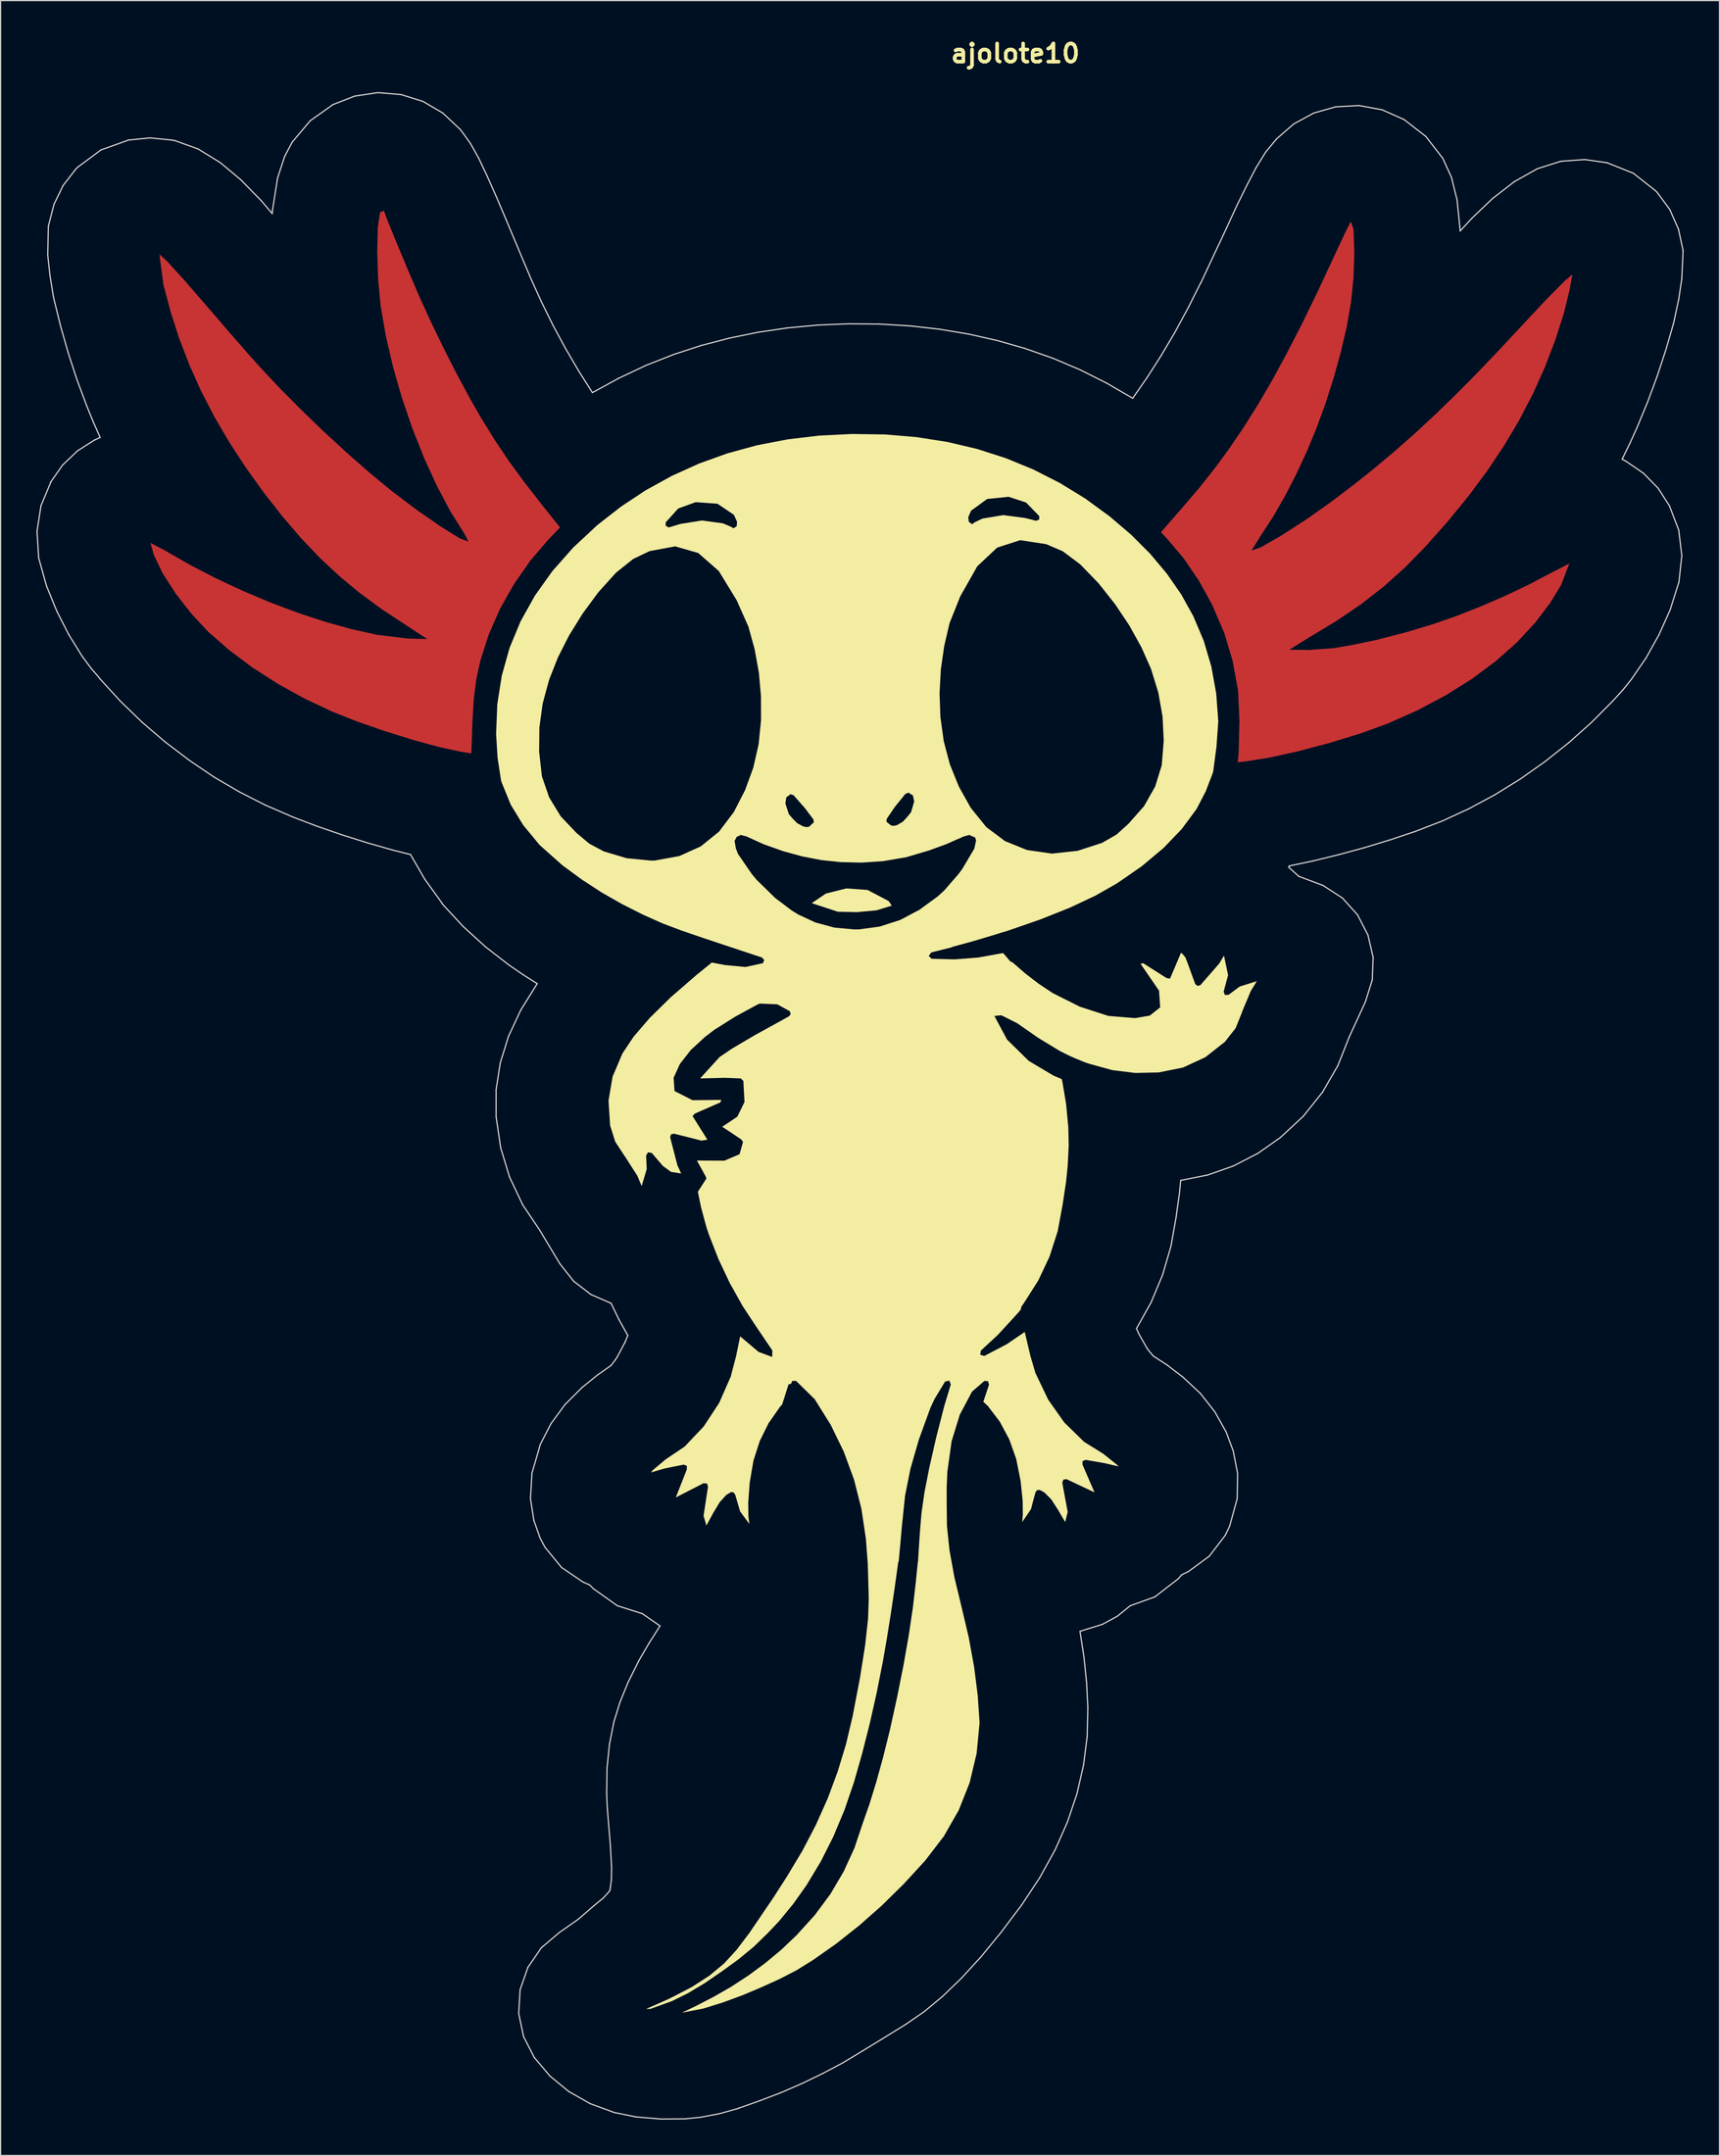
<source format=kicad_pcb>
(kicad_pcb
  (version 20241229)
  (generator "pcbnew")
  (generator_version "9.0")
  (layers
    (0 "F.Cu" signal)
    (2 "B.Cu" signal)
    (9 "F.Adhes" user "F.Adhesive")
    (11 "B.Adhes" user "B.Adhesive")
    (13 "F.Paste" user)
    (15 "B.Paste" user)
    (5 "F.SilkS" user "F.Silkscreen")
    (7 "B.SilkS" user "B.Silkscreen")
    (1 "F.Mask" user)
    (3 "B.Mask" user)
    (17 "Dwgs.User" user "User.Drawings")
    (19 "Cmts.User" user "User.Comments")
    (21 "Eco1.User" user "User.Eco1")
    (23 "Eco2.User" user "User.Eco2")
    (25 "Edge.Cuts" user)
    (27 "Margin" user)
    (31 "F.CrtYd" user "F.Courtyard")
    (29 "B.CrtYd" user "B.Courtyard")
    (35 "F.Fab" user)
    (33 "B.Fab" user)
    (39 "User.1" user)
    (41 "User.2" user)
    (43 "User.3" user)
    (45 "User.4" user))
  (footprint "ajolote10"
    (layer "F.Cu")
    (at 82.024 89.525)
    (property "Reference" "ajolote10" (at 0 -88.098 0) (layer "F.SilkS") (effects (font (size 1.524 1.524) (thickness 0.305))))
    (attr smd)
    (fp_poly (pts (xy -46.542 -29.601) (xy -48.302 -29.983) (xy -50.504 -30.587) (xy -52.896 -31.335) (xy -55.228 -32.149) (xy -57.251 -32.951) (xy -59.579 -34.05) (xy -61.826 -35.296) (xy -63.945 -36.661) (xy -65.886 -38.111) (xy -67.603 -39.617) (xy -69.038 -41.15) (xy -70.363 -42.855) (xy -71.448 -44.547) (xy -72.165 -46.044) (xy -72.464 -47.079) (xy -71.311 -46.476) (xy -69.184 -45.258) (xy -66.966 -44.11) (xy -64.687 -43.044) (xy -62.381 -42.073) (xy -60.076 -41.209) (xy -57.806 -40.465) (xy -55.601 -39.852) (xy -53.491 -39.384) (xy -50.921 -39.067) (xy -49.278 -39.026) (xy -51.19 -40.282) (xy -53.127 -41.557) (xy -54.93 -42.886) (xy -56.628 -44.293) (xy -58.248 -45.806) (xy -59.82 -47.452) (xy -61.37 -49.256) (xy -62.929 -51.245) (xy -64.469 -53.385) (xy -65.859 -55.516) (xy -67.107 -57.649) (xy -68.216 -59.794) (xy -69.192 -61.964) (xy -70.042 -64.169) (xy -70.769 -66.421) (xy -71.381 -68.731) (xy -71.714 -71.259) (xy -71.085 -70.694) (xy -69.612 -69.076) (xy -67.401 -66.523) (xy -65.869 -64.741) (xy -64.407 -63.064) (xy -63.332 -61.856) (xy -61.664 -60.078) (xy -59.844 -58.241) (xy -57.936 -56.403) (xy -56.002 -54.623) (xy -54.104 -52.96) (xy -52.307 -51.474) (xy -50.22 -49.891) (xy -48.164 -48.465) (xy -46.559 -47.471) (xy -45.823 -47.186) (xy -46.137 -47.817) (xy -47.319 -49.703) (xy -48.454 -51.837) (xy -49.522 -54.166) (xy -50.503 -56.635) (xy -51.379 -59.192) (xy -52.128 -61.783) (xy -52.731 -64.354) (xy -53.168 -66.851) (xy -53.383 -69.068) (xy -53.467 -71.464) (xy -53.416 -73.539) (xy -53.226 -74.794) (xy -52.908 -74.903) (xy -52.581 -74.037) (xy -51.783 -72.084) (xy -50.787 -69.707) (xy -49.867 -67.565) (xy -48.96 -65.578) (xy -47.906 -63.407) (xy -46.795 -61.228) (xy -45.715 -59.215) (xy -44.756 -57.54) (xy -43.583 -55.651) (xy -42.419 -53.919) (xy -41.15 -52.18) (xy -39.663 -50.274) (xy -38.15 -48.382) (xy -39.113 -47.375) (xy -40.637 -45.599) (xy -42 -43.644) (xy -43.171 -41.566) (xy -44.119 -39.42) (xy -44.813 -37.261) (xy -45.166 -35.653) (xy -45.38 -33.982) (xy -45.497 -31.908) (xy -45.583 -29.44) (xy -46.542 -29.601)) (stroke (width 0) (type solid)) (fill yes) (layer "F.Cu"))
    (fp_poly (pts (xy 18.714 -29.515) (xy 18.781 -32.19) (xy 18.663 -34.727) (xy 18.212 -37.197) (xy 17.501 -39.55) (xy 16.503 -41.878) (xy 15.379 -43.926) (xy 14.112 -45.784) (xy 12.705 -47.446) (xy 12.208 -47.972) (xy 12.427 -48.241) (xy 14.001 -50.041) (xy 15.362 -51.632) (xy 16.658 -53.262) (xy 17.905 -54.957) (xy 19.119 -56.743) (xy 20.315 -58.646) (xy 21.51 -60.691) (xy 22.718 -62.906) (xy 23.957 -65.315) (xy 25.241 -67.946) (xy 26.586 -70.823) (xy 27.637 -73.072) (xy 28.113 -74.009) (xy 28.338 -73.354) (xy 28.403 -71.397) (xy 28.334 -69.303) (xy 28.136 -67.321) (xy 27.79 -65.295) (xy 27.273 -63.067) (xy 26.678 -60.919) (xy 26.004 -58.811) (xy 25.256 -56.759) (xy 24.438 -54.777) (xy 23.558 -52.879) (xy 22.573 -50.964) (xy 21.611 -49.3) (xy 20.53 -47.639) (xy 19.79 -46.438) (xy 20.564 -46.709) (xy 22.252 -47.676) (xy 24.406 -49.065) (xy 26.581 -50.603) (xy 28.385 -51.979) (xy 30.114 -53.359) (xy 31.797 -54.771) (xy 33.463 -56.241) (xy 35.14 -57.795) (xy 36.858 -59.461) (xy 38.646 -61.266) (xy 40.531 -63.235) (xy 42.544 -65.397) (xy 44.561 -67.546) (xy 46.049 -69.053) (xy 46.674 -69.578) (xy 46.44 -68.285) (xy 45.977 -66.378) (xy 45.228 -64.045) (xy 44.36 -61.778) (xy 43.364 -59.564) (xy 42.234 -57.392) (xy 40.962 -55.248) (xy 39.541 -53.121) (xy 37.963 -50.999) (xy 36.222 -48.869) (xy 34.31 -46.719) (xy 32.621 -44.996) (xy 30.87 -43.428) (xy 28.996 -41.966) (xy 26.937 -40.564) (xy 24.633 -39.174) (xy 22.96 -38.132) (xy 24.571 -38.11) (xy 26.673 -38.26) (xy 28.277 -38.537) (xy 30.241 -38.948) (xy 32.67 -39.575) (xy 35.013 -40.277) (xy 37.02 -40.979) (xy 39.063 -41.783) (xy 41.097 -42.668) (xy 43.078 -43.615) (xy 44.961 -44.606) (xy 46.418 -45.356) (xy 45.718 -43.528) (xy 44.808 -42.045) (xy 43.541 -40.377) (xy 42.008 -38.729) (xy 40.236 -37.16) (xy 38.247 -35.682) (xy 36.06 -34.309) (xy 33.696 -33.056) (xy 31.176 -31.937) (xy 28.944 -31.125) (xy 26.371 -30.332) (xy 23.719 -29.629) (xy 21.248 -29.083) (xy 19.218 -28.765) (xy 18.64 -28.703) (xy 18.714 -29.515)) (stroke (width 0) (type solid)) (fill yes) (layer "F.Cu"))
    (fp_poly (pts (xy -30.817 -27.47) (xy -31.338 -28.09) (xy -31.32 -28.982) (xy -30.457 -29.662) (xy -29.637 -29.017) (xy -29.654 -28.039) (xy -30.469 -27.404) (xy -30.817 -27.47) (xy -30.817 -27.47)) (stroke (width 0) (type solid)) (fill yes) (layer "F.Mask"))
    (fp_poly (pts (xy -1.399 -27.204) (xy -2.091 -27.839) (xy -2.192 -28.407) (xy -2.123 -28.911) (xy -1.048 -29.348) (xy -0.779 -29.157) (xy -0.388 -28.292) (xy -0.419 -27.821) (xy -1.399 -27.204)) (stroke (width 0) (type solid)) (fill yes) (layer "F.Mask"))
    (fp_poly (pts (xy -29.856 -30.469) (xy -30.259 -30.734) (xy -30.59 -32.845) (xy -29.781 -34.286) (xy -28.956 -34.681) (xy -28.545 -34.608) (xy -27.86 -33.37) (xy -28.277 -31.464) (xy -29.153 -30.568) (xy -29.856 -30.469)) (stroke (width 0) (type solid)) (fill yes) (layer "F.Mask"))
    (fp_poly (pts (xy -1.758 -30.413) (xy -2.83 -31.984) (xy -2.795 -33.496) (xy -2.003 -34.662) (xy -1.024 -34.524) (xy -0.5 -33.825) (xy -0.281 -31.567) (xy -1.124 -30.421) (xy -1.758 -30.413) (xy -1.758 -30.413)) (stroke (width 0) (type solid)) (fill yes) (layer "F.Mask"))
    (fp_poly (pts (xy -32.38 -22.642) (xy -34.019 -23.182) (xy -35.429 -24.177) (xy -36.641 -25.648) (xy -37.488 -27.762) (xy -37.728 -29.743) (xy -37.68 -31.808) (xy -37.353 -33.895) (xy -36.758 -35.945) (xy -35.902 -37.897) (xy -35.003 -39.428) (xy -33.945 -40.839) (xy -32.64 -42.251) (xy -31.353 -43.432) (xy -30.291 -44.127) (xy -28.367 -44.553) (xy -26.696 -43.618) (xy -25.186 -41.271) (xy -24.493 -39.494) (xy -24.023 -37.523) (xy -23.759 -35.279) (xy -23.726 -34.544) (xy -23.885 -34.803) (xy -24.725 -35.977) (xy -25.755 -36.799) (xy -27.512 -37.211) (xy -29.011 -36.907) (xy -30.397 -35.859) (xy -31.77 -33.978) (xy -32.55 -31.705) (xy -32.743 -29.025) (xy -32.603 -27.547) (xy -32.229 -26.255) (xy -31.008 -24.17) (xy -29.327 -23.039) (xy -28.841 -22.882) (xy -29.1 -22.807) (xy -30.73 -22.567) (xy -32.38 -22.642)) (stroke (width 0) (type solid)) (fill yes) (layer "F.Mask"))
    (fp_poly (pts (xy 3.156 -23.159) (xy 2.705 -23.209) (xy 1.487 -23.443) (xy 1.341 -23.491) (xy 1.487 -23.494) (xy 3.163 -23.901) (xy 4.146 -24.597) (xy 5.362 -26.634) (xy 5.798 -29.347) (xy 5.457 -31.843) (xy 4.991 -33.307) (xy 4.401 -34.542) (xy 2.782 -36.515) (xy 0.827 -37.616) (xy -0.668 -37.679) (xy -1.851 -37.283) (xy -2.964 -36.337) (xy -3.779 -34.922) (xy -3.885 -34.679) (xy -3.826 -36.607) (xy -3.539 -38.8) (xy -3.006 -40.786) (xy -2.231 -42.555) (xy -1.079 -44.216) (xy -0.772 -44.532) (xy 0.954 -45.143) (xy 2.711 -44.532) (xy 3.144 -44.243) (xy 4.176 -43.463) (xy 5.344 -42.363) (xy 6.883 -40.616) (xy 8.132 -38.754) (xy 9.099 -36.764) (xy 9.702 -34.875) (xy 10.105 -32.81) (xy 10.222 -30.223) (xy 9.931 -27.937) (xy 9.145 -26.172) (xy 7.913 -24.703) (xy 6.447 -23.724) (xy 4.724 -23.221) (xy 3.156 -23.159) (xy 3.156 -23.159)) (stroke (width 0) (type solid)) (fill yes) (layer "F.Mask"))
    (fp_poly (pts (xy -13.397 -56.498) (xy -26.24 -50.154) (xy -24.026 -49.428) (xy -24.408 -48.971) (xy -25.899 -49.222) (xy -27.502 -49.078) (xy -28.602 -48.785) (xy -29.061 -48.642) (xy -28.602 -49.141) (xy -27.556 -49.921) (xy -26.24 -50.154) (xy -13.397 -56.498) (xy -5.505 -29.711) (xy -5.928 -32.155) (xy -6.015 -34.72) (xy -5.794 -37.299) (xy -5.295 -39.781) (xy -4.544 -42.057) (xy -3.572 -44.017) (xy -2.407 -45.553) (xy -1.078 -46.555) (xy 0.805 -47.013) (xy 2.157 -46.776) (xy 4.113 -45.898) (xy 6.193 -44.022) (xy 7.629 -42.356) (xy 8.91 -40.568) (xy 10.008 -38.703) (xy 10.896 -36.811) (xy 11.546 -34.936) (xy 11.923 -32.876) (xy 12.068 -30.543) (xy 11.939 -28.611) (xy 11.448 -26.989) (xy 10.611 -25.439) (xy 9.467 -24.033) (xy 7.477 -22.476) (xy 5.158 -21.633) (xy 2.926 -21.413) (xy 0.866 -21.722) (xy -0.978 -22.546) (xy -2.562 -23.873) (xy -3.694 -25.477) (xy -4.759 -27.59) (xy -5.505 -29.711) (xy -13.397 -56.498) (xy -26.744 -46.011) (xy -25.107 -44.591) (xy -23.566 -42.094) (xy -22.712 -40.08) (xy -22.109 -37.946) (xy -21.753 -35.667) (xy -21.637 -33.217) (xy -21.813 -30.613) (xy -22.316 -28.22) (xy -23.12 -26.084) (xy -24.198 -24.25) (xy -25.523 -22.763) (xy -27.068 -21.669) (xy -28.806 -21.013) (xy -30.886 -20.846) (xy -33.003 -21.113) (xy -35.078 -21.933) (xy -36.867 -23.374) (xy -38.208 -25.004) (xy -39.078 -26.794) (xy -39.513 -28.849) (xy -39.546 -31.269) (xy -39.363 -32.93) (xy -39.065 -34.478) (xy -38.405 -36.419) (xy -37.423 -38.516) (xy -36.209 -40.611) (xy -34.855 -42.549) (xy -33.451 -44.171) (xy -31.315 -45.797) (xy -29.027 -46.445) (xy -28.613 -46.461) (xy -26.744 -46.011) (xy -13.397 -56.498) (xy -8.938 -25.769) (xy -9.268 -24.365) (xy -10.244 -24.165) (xy -8.938 -25.769) (xy -13.397 -56.498) (xy -18.83 -25.758) (xy -18.816 -25.754) (xy -17.235 -23.741) (xy -18.353 -24.138) (xy -18.885 -25.269) (xy -18.83 -25.758) (xy -18.83 -25.758) (xy -13.397 -56.498) (xy -3.873 -22.285) (xy -4.354 -20.637) (xy -5.562 -18.991) (xy -7.121 -17.514) (xy -8.89 -16.318) (xy -10.726 -15.518) (xy -12.975 -15.081) (xy -15.138 -15.188) (xy -17.214 -15.837) (xy -19.204 -17.03) (xy -21.106 -18.767) (xy -22.736 -20.887) (xy -23.139 -22.139) (xy -21.056 -21.59) (xy -19.054 -20.85) (xy -17.354 -20.373) (xy -15.57 -20.122) (xy -13.315 -20.056) (xy -10.52 -20.205) (xy -8.27 -20.694) (xy -5.695 -21.639) (xy -3.873 -22.285) (xy -13.397 -56.498) (xy -15.955 -56.391) (xy -1.009 -50.663) (xy -0.618 -50.638) (xy 1.528 -49.527) (xy 0.95 -49.465) (xy -1.008 -49.651) (xy -2.979 -49.348) (xy -3.392 -49.731) (xy -2.413 -50.396) (xy -1.009 -50.663) (xy -15.955 -56.391) (xy -18.494 -56.119) (xy -20.994 -55.685) (xy -23.438 -55.088) (xy -25.804 -54.33) (xy -28.074 -53.413) (xy -30.229 -52.338) (xy -32.248 -51.106) (xy -34.562 -49.418) (xy -36.619 -47.644) (xy -38.42 -45.78) (xy -39.967 -43.826) (xy -41.261 -41.78) (xy -42.303 -39.641) (xy -43.093 -37.406) (xy -43.632 -35.075) (xy -43.923 -32.645) (xy -43.936 -30.084) (xy -43.605 -27.754) (xy -42.909 -25.619) (xy -16.501 -10.372) (xy -16.96 -10.726) (xy -15.107 -10.731) (xy -13.468 -10.768) (xy -12.128 -10.853) (xy -11.339 -10.908) (xy -11.339 -10.908) (xy -11.001 -10.66) (xy -11.78 -9.996) (xy -14.253 -9.67) (xy -16.501 -10.372) (xy -42.909 -25.619) (xy -41.831 -23.645) (xy -40.353 -21.799) (xy -38.455 -20.047) (xy -36.119 -18.355) (xy -34.095 -17.1) (xy -32.113 -16.028) (xy -30.015 -15.067) (xy -27.644 -14.146) (xy -24.841 -13.191) (xy -22.25 -12.296) (xy -22.087 -11.99) (xy -23.909 -12.021) (xy -25.509 -12.196) (xy -27.342 -10.893) (xy -29.746 -8.737) (xy -31.591 -6.817) (xy -32.931 -5.049) (xy -33.82 -3.35) (xy -34.312 -1.637) (xy -34.461 0.175) (xy -34.137 2.498) (xy -32.965 4.701) (xy -31.882 6.579) (xy -31.503 7.233) (xy -30.802 5.279) (xy -30.802 4.407) (xy -30.01 5.185) (xy -28.524 6.075) (xy -27.901 5.931) (xy -28.399 4.336) (xy -28.735 2.905) (xy -27.568 3.086) (xy -25.485 3.061) (xy -26.219 2.17) (xy -26.952 1.209) (xy -26.112 0.831) (xy -24.478 -0.469) (xy -25.943 -0.651) (xy -28.128 -1.028) (xy -28.402 -2.37) (xy -27.109 -4.215) (xy -24.941 -6.142) (xy -22.496 -7.603) (xy -20.942 -8.168) (xy -19.438 -7.668) (xy -20.179 -7.15) (xy -21.958 -6.103) (xy -23.899 -4.961) (xy -25.027 -4.212) (xy -25.466 -3.836) (xy -25.479 -3.832) (xy -26.89 -2.096) (xy -25.088 -1.926) (xy -23.34 -1.803) (xy -23.13 -0.779) (xy -23.58 0.687) (xy -24.815 1.594) (xy -25.223 1.736) (xy -24.892 2.08) (xy -23.914 2.81) (xy -23.487 3.944) (xy -25.82 4.437) (xy -27.148 4.59) (xy -26.759 5.514) (xy -26.695 6.89) (xy -27.019 7.412) (xy -26.571 9.344) (xy -25.654 12.027) (xy -24.674 14.268) (xy -23.567 16.334) (xy -22.13 18.606) (xy -21.112 20.175) (xy -20.726 20.864) (xy -22.367 19.704) (xy -23.517 19.521) (xy -23.958 21.575) (xy -24.813 23.955) (xy -25.967 26.045) (xy -27.259 27.642) (xy -28.819 28.906) (xy -30.556 30.281) (xy -31.381 31.223) (xy -30.496 31.02) (xy -28.818 30.572) (xy -27.958 30.394) (xy -28.349 31.228) (xy -28.761 33.208) (xy -27.502 32.614) (xy -26.287 32.082) (xy -26.362 32.895) (xy -26.204 35.354) (xy -25.907 35.699) (xy -25.351 34.666) (xy -23.94 32.819) (xy -23.666 33.447) (xy -22.341 35.548) (xy -22.159 34.547) (xy -22.137 32.205) (xy -21.74 29.904) (xy -21.002 27.78) (xy -19.959 25.969) (xy -19.37 24.865) (xy -18.986 23.744) (xy -18.393 25.011) (xy -17.487 27.704) (xy -16.828 30.161) (xy -16.617 32.172) (xy -16.616 34.521) (xy -16.824 36.514) (xy -17.353 38.608) (xy -18.117 40.762) (xy -19.1 42.939) (xy -20.283 45.101) (xy -21.65 47.21) (xy -23.284 49.647) (xy -24.448 51.707) (xy -25.2 53.572) (xy -25.596 55.425) (xy -25.691 57.449) (xy -25.543 59.825) (xy -25.36 62.579) (xy -25.373 64.989) (xy -25.583 67.054) (xy -25.988 68.774) (xy -26.588 70.147) (xy -27.865 71.957) (xy -29.581 73.649) (xy -30.335 74.405) (xy -29.069 73.81) (xy -27.099 72.534) (xy -25.604 71.245) (xy -24.189 69.672) (xy -22.812 67.766) (xy -21.597 65.85) (xy -20.533 63.982) (xy -19.336 61.662) (xy -18.296 59.455) (xy -17.368 57.212) (xy -16.551 54.932) (xy -15.846 52.614) (xy -15.251 50.256) (xy -14.768 47.857) (xy -14.395 45.416) (xy -14.132 42.932) (xy -13.979 40.404) (xy -13.982 38.224) (xy -14.161 36.056) (xy -14.52 33.885) (xy -15.062 31.7) (xy -15.789 29.486) (xy -16.707 27.231) (xy -17.816 24.921) (xy -18.413 23.651) (xy -17.535 24.5) (xy -16.252 26.304) (xy -15.126 28.399) (xy -14.238 30.53) (xy -13.571 32.764) (xy -13.11 35.167) (xy -12.837 37.807) (xy -12.738 40.748) (xy -12.785 43.43) (xy -13.064 45.803) (xy -13.519 48.565) (xy -14.027 51.123) (xy -14.583 53.455) (xy -15.183 55.542) (xy -15.822 57.363) (xy -16.706 59.408) (xy -17.803 61.649) (xy -18.849 63.545) (xy -19.86 65.155) (xy -21.108 67.056) (xy -22.33 68.855) (xy -23.265 70.161) (xy -24.607 71.683) (xy -26.207 72.994) (xy -28.198 74.187) (xy -30.713 75.355) (xy -31.491 75.994) (xy -29.213 75.617) (xy -27.089 74.556) (xy -24.843 73.127) (xy -22.632 71.451) (xy -20.616 69.648) (xy -18.954 67.838) (xy -17.629 66.036) (xy -16.375 64.013) (xy -15.24 61.857) (xy -14.276 59.656) (xy -13.659 57.953) (xy -13.053 56.024) (xy -12.464 53.897) (xy -11.898 51.599) (xy -11.361 49.159) (xy -10.858 46.604) (xy -10.395 43.963) (xy -9.979 41.263) (xy -9.615 38.533) (xy -9.309 35.801) (xy -8.94 32.684) (xy -8.494 30.386) (xy -7.814 28.087) (xy -6.708 25.217) (xy -5.947 23.771) (xy -6.149 24.658) (xy -6.559 26.199) (xy -7.093 28.43) (xy -7.607 30.734) (xy -7.96 32.495) (xy -8.208 34.374) (xy -8.422 36.708) (xy -8.612 39.028) (xy -8.85 41.272) (xy -9.143 43.488) (xy -9.498 45.72) (xy -9.922 48.015) (xy -10.423 50.42) (xy -11.008 52.979) (xy -11.599 55.271) (xy -12.3 57.679) (xy -13.044 59.994) (xy -13.763 62.004) (xy -14.389 63.5) (xy -15.392 65.314) (xy -16.657 67.134) (xy -18.113 68.868) (xy -19.691 70.425) (xy -21.347 71.808) (xy -23.036 73.017) (xy -24.9 74.145) (xy -27.084 75.288) (xy -29.288 76.376) (xy -28.51 76.377) (xy -26.827 76.141) (xy -24.549 75.488) (xy -21.946 74.508) (xy -19.288 73.292) (xy -17.484 72.281) (xy -15.606 71.03) (xy -13.679 69.556) (xy -11.726 67.879) (xy -9.771 66.016) (xy -7.788 63.929) (xy -6.276 62.087) (xy -5.13 60.347) (xy -4.244 58.566) (xy -3.544 56.658) (xy -3.072 54.699) (xy -2.83 52.642) (xy -2.815 50.434) (xy -3.029 48.027) (xy -3.47 45.37) (xy -4.139 42.413) (xy -4.831 39.395) (xy -5.26 36.847) (xy -5.457 34.521) (xy -5.455 32.171) (xy -5.241 29.406) (xy -4.785 27.223) (xy -4.001 25.221) (xy -2.556 23.402) (xy -2.763 24.162) (xy -3.011 24.882) (xy -2.528 25.352) (xy -1.432 26.84) (xy -0.515 28.748) (xy 0.05 30.934) (xy 0.316 33.597) (xy 0.401 35.477) (xy 0.842 35.023) (xy 1.89 32.989) (xy 2.342 32.738) (xy 3.545 34.426) (xy 4.366 35.172) (xy 4.513 32.801) (xy 4.281 31.68) (xy 4.565 31.788) (xy 5.765 32.357) (xy 6.832 32.819) (xy 6.447 30.957) (xy 6.101 30.122) (xy 7.304 30.296) (xy 8.883 30.677) (xy 9.411 30.759) (xy 8.57 29.85) (xy 6.727 28.46) (xy 4.877 26.962) (xy 3.41 25.173) (xy 2.28 23.02) (xy 1.439 20.432) (xy 0.939 18.599) (xy 0.503 18.871) (xy -0.77 19.714) (xy -2.048 20.417) (xy -0.72 18.881) (xy 0.855 17.131) (xy 1.422 16.131) (xy 2.501 14.218) (xy 3.373 12.187) (xy 3.963 10.211) (xy 4.39 7.837) (xy 4.644 5.367) (xy 4.721 2.905) (xy 4.618 0.555) (xy 4.332 -1.577) (xy 4.188 -2.33) (xy 3.267 -2.794) (xy 1.804 -3.629) (xy 1.261 -4) (xy 1.196 -4) (xy 0.209 -5.03) (xy -1.167 -6.699) (xy -1.51 -7.289) (xy -1.076 -7.161) (xy -0.169 -6.668) (xy 1.403 -5.665) (xy 3.852 -4.196) (xy 6.137 -3.197) (xy 8.386 -2.625) (xy 10.726 -2.437) (xy 13.322 -2.676) (xy 15.51 -3.458) (xy 17.444 -4.839) (xy 18.872 -6.729) (xy 19.959 -9.085) (xy 20.689 -10.625) (xy 19.896 -10.643) (xy 18.487 -10.092) (xy 17.814 -9.649) (xy 17.983 -10.237) (xy 17.811 -12.581) (xy 17.47 -13.002) (xy 17.134 -12.464) (xy 16.14 -11.104) (xy 15.413 -10.368) (xy 15.039 -11.176) (xy 14.135 -12.95) (xy 13.568 -12.654) (xy 12.937 -10.918) (xy 11.997 -11.559) (xy 10.272 -12.025) (xy 10.391 -11.432) (xy 11.4 -10.006) (xy 11.918 -8.802) (xy 11.378 -7.95) (xy 9.469 -7.712) (xy 7.808 -7.824) (xy 6.263 -8.243) (xy 4.333 -9.106) (xy 2.779 -9.962) (xy 1.379 -10.94) (xy 0.000058 -12.132) (xy -1.008 -13.081) (xy -2.292 -12.831) (xy -3.629 -12.655) (xy -5.042 -12.583) (xy -6.509 -12.583) (xy -3.117 -13.572) (xy 0.019 -14.544) (xy 2.785 -15.531) (xy 5.227 -16.554) (xy 7.387 -17.636) (xy 9.312 -18.799) (xy 11.044 -20.065) (xy 12.628 -21.456) (xy 14.521 -23.48) (xy 15.832 -25.422) (xy 16.651 -27.448) (xy 17.07 -29.728) (xy 17.159 -32.28) (xy 16.935 -34.883) (xy 16.413 -37.435) (xy 15.607 -39.832) (xy 14.631 -41.854) (xy 13.402 -43.819) (xy 11.937 -45.708) (xy 10.256 -47.504) (xy 8.378 -49.187) (xy 6.32 -50.74) (xy 4.102 -52.145) (xy 1.742 -53.384) (xy -0.581 -54.362) (xy -3.013 -55.155) (xy -5.532 -55.763) (xy -8.117 -56.189) (xy -10.746 -56.433) (xy -13.397 -56.498) (xy -13.397 -56.498)) (stroke (width 0) (type solid)) (fill yes) (layer "F.Mask"))
    (fp_poly (pts (xy -14.878 -16.179) (xy -17.055 -16.895) (xy -15.875 -17.699) (xy -14.156 -18.129) (xy -12.388 -18.002) (xy -10.612 -17.07) (xy -10.35 -16.688) (xy -11.625 -16.297) (xy -13.274 -16.145) (xy -14.878 -16.179)) (stroke (width 0) (type solid)) (fill yes) (layer "F.SilkS"))
    (fp_poly (pts (xy -29.031 -48.379) (xy -42.378 -38.279) (xy -41.453 -40.514) (xy -40.255 -42.663) (xy -38.786 -44.723) (xy -37.046 -46.691) (xy -35.037 -48.564) (xy -33.047 -50.118) (xy -30.958 -51.499) (xy -28.772 -52.705) (xy -26.49 -53.735) (xy -24.114 -54.588) (xy -21.643 -55.263) (xy -19.081 -55.759) (xy -16.428 -56.076) (xy -13.685 -56.211) (xy -10.94 -56.172) (xy -8.278 -55.949) (xy -5.701 -55.543) (xy -3.21 -54.956) (xy -0.807 -54.186) (xy 1.508 -53.236) (xy 3.732 -52.105) (xy 5.865 -50.795) (xy 7.905 -49.305) (xy 9.698 -47.775) (xy 11.299 -46.172) (xy 12.703 -44.497) (xy 13.91 -42.754) (xy 14.916 -40.944) (xy 15.79 -38.872) (xy 16.428 -36.708) (xy 16.832 -34.459) (xy 17.006 -32.134) (xy 16.854 -30.014) (xy 16.583 -27.953) (xy 16.53 -27.768) (xy 15.955 -26.263) (xy 15.181 -24.778) (xy 13.956 -23.122) (xy 12.429 -21.527) (xy 10.604 -19.997) (xy 8.487 -18.534) (xy 6.688 -17.512) (xy 4.551 -16.51) (xy 2.087 -15.528) (xy -0.694 -14.565) (xy -1.223 -14.407) (xy -1.991 -14.168) (xy -3.578 -13.695) (xy -5.245 -13.242) (xy -5.351 -13.189) (xy -7.044 -12.766) (xy -7.256 -12.475) (xy -7.018 -12.237) (xy -5.091 -12.184) (xy -3.088 -12.343) (xy -1.038 -12.713) (xy -0.906 -12.581) (xy -0.43 -12.025) (xy -0.218 -11.919) (xy 0.837 -11.003) (xy 1.952 -10.147) (xy 3.142 -9.353) (xy 5.401 -8.222) (xy 7.799 -7.448) (xy 10.021 -7.263) (xy 11.265 -7.474) (xy 12.138 -8.162) (xy 12.042 -9.561) (xy 10.498 -11.814) (xy 10.709 -11.867) (xy 12.667 -10.623) (xy 12.958 -10.57) (xy 13.884 -12.74) (xy 14.017 -12.634) (xy 14.255 -12.343) (xy 14.44 -11.867) (xy 15.075 -10.12) (xy 15.26 -9.962) (xy 15.498 -10.014) (xy 17.086 -11.84) (xy 17.483 -12.502) (xy 17.827 -10.861) (xy 17.456 -9.485) (xy 17.562 -9.194) (xy 17.879 -9.221) (xy 18.806 -9.909) (xy 20.234 -10.358) (xy 19.732 -9.538) (xy 18.991 -7.766) (xy 18.991 -7.739) (xy 18.455 -6.41) (xy 17.562 -5.278) (xy 15.916 -3.984) (xy 14.058 -3.125) (xy 12.006 -2.712) (xy 10.052 -2.668) (xy 8.121 -2.906) (xy 6.238 -3.426) (xy 6.079 -3.479) (xy 5.92 -3.532) (xy 5.841 -3.559) (xy 4.994 -3.903) (xy 4.571 -4.088) (xy 3.724 -4.511) (xy 1.899 -5.622) (xy 0.152 -6.839) (xy -1.171 -7.501) (xy -1.753 -7.448) (xy -0.694 -5.464) (xy 1.112 -3.688) (xy 3.195 -2.447) (xy 3.883 -2.156) (xy 3.936 -1.971) (xy 4.257 -0.05) (xy 4.439 1.892) (xy 4.472 3.436) (xy 4.386 5.12) (xy 4.253 6.443) (xy 3.962 8.374) (xy 3.551 10.59) (xy 2.871 12.71) (xy 1.923 14.725) (xy 0.708 16.629) (xy 0.523 16.894) (xy 0.47 17.052) (xy 0.47 17.132) (xy 0.311 17.343) (xy -1.468 19.288) (xy -2.89 20.598) (xy -2.943 20.942) (xy -2.599 21.048) (xy -0.717 20.062) (xy 0.787 19.037) (xy 1.264 21.048) (xy 1.687 22.476) (xy 2.754 24.706) (xy 4.104 26.623) (xy 5.735 28.218) (xy 5.762 28.244) (xy 7.366 29.24) (xy 8.434 30.096) (xy 8.672 30.308) (xy 7.491 30.03) (xy 5.894 29.752) (xy 5.629 29.858) (xy 5.629 30.149) (xy 6.635 32.478) (xy 4.28 31.366) (xy 4.015 31.419) (xy 3.936 31.684) (xy 4.386 34.118) (xy 4.174 34.965) (xy 3.592 33.959) (xy 3.01 33.06) (xy 2.428 32.478) (xy 2.031 32.266) (xy 1.819 32.292) (xy 1.687 32.478) (xy 1.31 33.88) (xy 0.576 34.965) (xy 0.629 34.33) (xy 0.615 33.195) (xy 0.443 31.525) (xy 0.076 29.68) (xy -0.509 28.033) (xy -1.3 26.551) (xy -2.308 25.228) (xy -2.679 24.884) (xy -2.202 23.455) (xy -2.282 23.164) (xy -2.573 23.138) (xy -2.652 23.191) (xy -3.631 24.037) (xy -4.654 25.968) (xy -5.342 28.21) (xy -5.695 30.758) (xy -5.751 32.068) (xy -5.748 33.536) (xy -5.728 35.31) (xy -5.513 37.333) (xy -5.104 39.593) (xy -4.504 42.082) (xy -3.904 44.63) (xy -3.453 47.106) (xy -3.15 49.497) (xy -2.996 51.792) (xy -3.244 54.354) (xy -3.826 56.796) (xy -4.743 59.113) (xy -5.993 61.301) (xy -7.573 63.354) (xy -9.351 65.291) (xy -11.186 67.096) (xy -13.075 68.767) (xy -15.012 70.299) (xy -16.993 71.689) (xy -18.365 72.542) (xy -19.797 73.276) (xy -21.335 73.971) (xy -22.893 74.626) (xy -24.513 75.221) (xy -26.174 75.737) (xy -27.946 76.081) (xy -26.782 75.525) (xy -25.281 74.748) (xy -23.819 73.911) (xy -22.36 72.959) (xy -20.961 71.927) (xy -19.612 70.802) (xy -18.342 69.599) (xy -16.812 67.913) (xy -15.491 66.129) (xy -14.38 64.248) (xy -13.478 62.272) (xy -12.786 60.206) (xy -12.226 58.611) (xy -11.658 56.77) (xy -11.085 54.696) (xy -10.51 52.401) (xy -9.888 49.564) (xy -9.358 46.899) (xy -8.922 44.415) (xy -8.582 42.119) (xy -8.341 40.018) (xy -8.182 38.431) (xy -8.182 38.378) (xy -8.156 38.298) (xy -8.033 36.35) (xy -7.97 35.494) (xy -7.864 34.224) (xy -7.619 32.506) (xy -7.202 30.377) (xy -6.621 27.847) (xy -5.953 25.241) (xy -5.404 23.429) (xy -5.536 23.111) (xy -5.88 23.191) (xy -6.012 23.402) (xy -6.78 24.672) (xy -7.124 25.413) (xy -8.084 28.055) (xy -8.792 30.515) (xy -9.24 32.769) (xy -9.505 35.335) (xy -9.637 36.82) (xy -9.769 38.246) (xy -9.796 38.298) (xy -9.822 38.404) (xy -10.125 40.59) (xy -10.438 42.694) (xy -10.76 44.703) (xy -11.092 46.606) (xy -11.618 49.27) (xy -12.2 51.858) (xy -12.837 54.368) (xy -13.527 56.793) (xy -14.325 59.119) (xy -15.253 61.33) (xy -16.31 63.423) (xy -17.495 65.392) (xy -18.607 66.959) (xy -19.797 68.408) (xy -20.723 69.387) (xy -21.93 70.561) (xy -23.237 71.636) (xy -24.616 72.635) (xy -26.015 73.594) (xy -27.401 74.427) (xy -28.767 75.102) (xy -30.592 75.763) (xy -30.936 75.763) (xy -29.084 74.943) (xy -28.608 74.705) (xy -27.086 73.915) (xy -25.644 72.985) (xy -24.401 71.953) (xy -23.316 70.763) (xy -22.271 69.38) (xy -21.305 67.958) (xy -20.257 66.41) (xy -19.109 64.624) (xy -17.833 62.497) (xy -16.702 60.325) (xy -15.716 58.109) (xy -14.876 55.854) (xy -14.181 53.562) (xy -13.632 51.237) (xy -13.012 47.995) (xy -12.581 45.264) (xy -12.338 43.058) (xy -12.283 41.394) (xy -12.343 39.079) (xy -12.362 38.589) (xy -12.362 38.537) (xy -12.362 38.484) (xy -12.521 36.367) (xy -12.896 33.85) (xy -13.512 31.416) (xy -14.369 29.071) (xy -15.468 26.821) (xy -16.807 24.672) (xy -18.342 23.164) (xy -18.368 23.138) (xy -18.686 23.138) (xy -18.792 23.376) (xy -19.003 23.429) (xy -19.533 25.096) (xy -19.718 25.307) (xy -20.674 26.677) (xy -21.411 28.165) (xy -21.944 29.825) (xy -22.258 31.684) (xy -22.38 33.364) (xy -22.364 34.488) (xy -22.284 35.123) (xy -23.058 34.072) (xy -23.475 32.663) (xy -23.607 32.478) (xy -23.819 32.451) (xy -24.216 32.689) (xy -24.771 33.298) (xy -25.327 34.224) (xy -25.883 35.256) (xy -26.121 34.436) (xy -25.75 32.001) (xy -25.83 31.737) (xy -26.121 31.71) (xy -28.449 32.901) (xy -27.523 30.546) (xy -27.523 30.255) (xy -27.788 30.149) (xy -29.372 30.47) (xy -30.539 30.811) (xy -30.328 30.573) (xy -29.276 29.696) (xy -27.708 28.641) (xy -27.682 28.615) (xy -26.104 26.95) (xy -24.814 24.979) (xy -23.819 22.714) (xy -23.819 22.662) (xy -23.396 21.054) (xy -23.052 19.407) (xy -21.517 20.704) (xy -20.379 21.127) (xy -20.356 20.588) (xy -21.623 18.719) (xy -22.843 16.87) (xy -23.925 14.942) (xy -24.867 12.945) (xy -25.671 10.888) (xy -25.883 10.253) (xy -26.332 8.586) (xy -26.597 7.289) (xy -25.883 6.178) (xy -25.936 6.019) (xy -26.676 4.67) (xy -24.384 4.683) (xy -23.104 4.141) (xy -22.813 3.109) (xy -22.972 2.897) (xy -24.56 1.839) (xy -23.29 0.992) (xy -22.691 -0.235) (xy -22.787 -1.998) (xy -22.999 -2.209) (xy -24.322 -2.262) (xy -26.412 -2.209) (xy -24.771 -4.008) (xy -23.733 -4.711) (xy -21.788 -5.855) (xy -18.951 -7.422) (xy -18.818 -7.607) (xy -18.898 -7.845) (xy -19.946 -8.42) (xy -21.411 -8.48) (xy -21.491 -8.453) (xy -21.755 -8.321) (xy -23.501 -7.369) (xy -25.221 -6.284) (xy -26.015 -5.675) (xy -27.199 -4.581) (xy -28.105 -3.426) (xy -28.634 -2.262) (xy -28.555 -1.151) (xy -27.047 -0.384) (xy -24.639 -0.41) (xy -24.718 -0.198) (xy -26.835 0.728) (xy -27.047 0.939) (xy -25.803 2.924) (xy -25.962 2.95) (xy -26.306 3.003) (xy -26.809 2.871) (xy -28.608 2.421) (xy -28.846 2.474) (xy -28.925 2.712) (xy -28.317 5.067) (xy -27.999 5.755) (xy -28.846 5.622) (xy -29.534 5.12) (xy -30.46 4.035) (xy -30.777 3.982) (xy -30.936 4.247) (xy -30.883 5.384) (xy -31.307 6.813) (xy -31.677 5.94) (xy -32.709 4.326) (xy -32.735 4.299) (xy -33.522 3.096) (xy -33.952 1.733) (xy -34.085 -0.354) (xy -33.741 -2.371) (xy -32.921 -4.299) (xy -31.979 -5.712) (xy -30.625 -7.286) (xy -28.865 -9.014) (xy -26.703 -10.888) (xy -25.433 -11.919) (xy -24.322 -11.708) (xy -22.602 -11.549) (xy -21.147 -11.867) (xy -21.041 -12.131) (xy -21.226 -12.343) (xy -24.348 -13.375) (xy -26.094 -13.957) (xy -27.946 -14.592) (xy -29.549 -15.197) (xy -31.221 -15.944) (xy -32.947 -16.814) (xy -34.673 -17.799) (xy -36.345 -18.89) (xy -37.948 -20.069) (xy -39.879 -21.788) (xy -41.235 -23.437) (xy -42.28 -25.15) (xy -43.001 -26.921) (xy -43.081 -27.133) (xy -43.381 -29.074) (xy -43.504 -31.075) (xy -43.405 -33.557) (xy -43.029 -35.959) (xy -42.378 -38.279) (xy -29.031 -48.379) (xy 0.409 -47.31) (xy -1.518 -46.689) (xy -3.192 -45.12) (xy -4.61 -42.611) (xy -5.51 -40.362) (xy -5.961 -38.424) (xy -6.241 -36.463) (xy -6.347 -34.487) (xy -6.277 -32.504) (xy -5.999 -30.476) (xy -5.483 -28.525) (xy -4.729 -26.659) (xy -3.737 -24.884) (xy -2.433 -23.273) (xy -0.863 -22.093) (xy 0.97 -21.349) (xy 3.063 -21.048) (xy 5.216 -21.279) (xy 7.27 -21.947) (xy 8.47 -22.635) (xy 9.492 -23.561) (xy 10.789 -25.024) (xy 11.715 -26.658) (xy 12.27 -28.456) (xy 12.435 -30.509) (xy 12.336 -32.54) (xy 11.98 -34.547) (xy 11.371 -36.526) (xy 10.562 -38.346) (xy 9.562 -40.151) (xy 8.368 -41.936) (xy 6.979 -43.696) (xy 5.446 -45.281) (xy 3.978 -46.379) (xy 2.587 -46.977) (xy 0.409 -47.31) (xy -29.031 -48.379) (xy -26.567 -46.236) (xy -28.503 -46.792) (xy -30.645 -46.395) (xy -32.027 -45.732) (xy -33.461 -44.588) (xy -34.931 -42.955) (xy -36.261 -41.155) (xy -37.392 -39.33) (xy -38.325 -37.486) (xy -39.059 -35.626) (xy -39.6 -33.632) (xy -39.879 -31.618) (xy -39.9 -29.584) (xy -39.667 -27.53) (xy -39.06 -25.76) (xy -38.088 -24.167) (xy -36.757 -22.767) (xy -35.699 -21.881) (xy -34.482 -21.233) (xy -32.563 -20.661) (xy -30.566 -20.466) (xy -30.222 -20.466) (xy -28.153 -20.842) (xy -26.356 -21.65) (xy -24.83 -22.884) (xy -23.581 -24.54) (xy -22.648 -26.35) (xy -21.957 -28.241) (xy -21.508 -30.207) (xy -21.305 -32.239) (xy -21.311 -34.233) (xy -21.487 -36.205) (xy -21.837 -38.152) (xy -22.364 -40.071) (xy -23.343 -42.267) (xy -24.845 -44.728) (xy -26.567 -46.236) (xy -29.031 -48.379) (xy -28.079 -48.67) (xy -8.579 -25.916) (xy -8.949 -26.154) (xy -9.214 -26.048) (xy -10.113 -24.937) (xy -10.775 -23.958) (xy -10.801 -23.72) (xy -10.404 -23.402) (xy -10.193 -23.376) (xy -9.928 -23.429) (xy -9.426 -23.72) (xy -9.082 -24.09) (xy -8.738 -24.514) (xy -8.473 -25.413) (xy -8.579 -25.916) (xy -28.079 -48.67) (xy -3.367 -22.397) (xy -3.869 -22.609) (xy -4.346 -22.476) (xy -4.742 -22.291) (xy -4.769 -22.291) (xy -5.774 -21.841) (xy -7.229 -21.312) (xy -9.151 -20.743) (xy -11.092 -20.413) (xy -12.872 -20.294) (xy -14.611 -20.333) (xy -16.235 -20.502) (xy -17.839 -20.809) (xy -19.46 -21.253) (xy -21.041 -21.815) (xy -21.464 -22) (xy -22.496 -22.476) (xy -22.999 -22.609) (xy -23.343 -22.45) (xy -23.528 -22.106) (xy -23.422 -21.524) (xy -23.422 -21.497) (xy -23.237 -21.021) (xy -22.073 -19.328) (xy -21.676 -18.852) (xy -20.221 -17.423) (xy -20.168 -17.37) (xy -20.141 -17.343) (xy -18.739 -16.285) (xy -18.183 -15.941) (xy -16.754 -15.28) (xy -15.17 -14.85) (xy -13.527 -14.698) (xy -13.103 -14.698) (xy -11.36 -14.936) (xy -9.637 -15.491) (xy -8.036 -16.341) (xy -6.515 -17.449) (xy -5.959 -17.952) (xy -4.769 -19.328) (xy -4.451 -19.751) (xy -3.433 -21.471) (xy -3.287 -22.159) (xy -3.367 -22.397) (xy -28.079 -48.67) (xy -26.253 -48.961) (xy -24.507 -48.723) (xy -16.913 -23.905) (xy -17.628 -24.858) (xy -18.58 -25.942) (xy -18.845 -26.022) (xy -19.189 -25.757) (xy -19.268 -25.254) (xy -18.977 -24.355) (xy -18.633 -23.958) (xy -18.263 -23.588) (xy -17.76 -23.323) (xy -17.495 -23.27) (xy -17.284 -23.297) (xy -16.887 -23.667) (xy -16.913 -23.905) (xy -24.507 -48.723) (xy -23.819 -48.432) (xy -23.66 -48.326) (xy -23.581 -48.326) (xy -3.658 -48.67) (xy -3.578 -48.67) (xy -3.419 -48.802) (xy -2.758 -49.12) (xy -1.012 -49.411) (xy 0.814 -49.173) (xy 1.74 -48.935) (xy 2.004 -49.041) (xy 2.004 -49.332) (xy 0.9 -50.466) (xy -0.562 -50.946) (xy -2.361 -50.76) (xy -3.711 -49.781) (xy -3.949 -49.226) (xy -3.896 -48.855) (xy -3.658 -48.67) (xy -23.581 -48.326) (xy -23.343 -48.485) (xy -23.316 -48.855) (xy -23.581 -49.437) (xy -24.957 -50.363) (xy -26.782 -50.496) (xy -28.247 -49.967) (xy -29.296 -48.802) (xy -29.296 -48.511) (xy -29.031 -48.379)) (stroke (width 0) (type solid)) (fill yes) (layer "F.SilkS"))
    (fp_line (start -81.974 -48.062) (end -81.835 -45.832) (stroke (width 0.1) (type solid)) (layer "Edge.Cuts"))
    (fp_line (start -81.835 -45.832) (end -81.181 -43.484) (stroke (width 0.1) (type solid)) (layer "Edge.Cuts"))
    (fp_line (start -81.64 -50.205) (end -81.974 -48.062) (stroke (width 0.1) (type solid)) (layer "Edge.Cuts"))
    (fp_line (start -81.181 -43.484) (end -80.311 -41.361) (stroke (width 0.1) (type solid)) (layer "Edge.Cuts"))
    (fp_line (start -81.075 -71.213) (end -80.886 -69.486) (stroke (width 0.1) (type solid)) (layer "Edge.Cuts"))
    (fp_line (start -81.022 -73.62) (end -81.075 -71.213) (stroke (width 0.1) (type solid)) (layer "Edge.Cuts"))
    (fp_line (start -80.995 -73.726) (end -81.022 -73.62) (stroke (width 0.1) (type solid)) (layer "Edge.Cuts"))
    (fp_line (start -80.886 -69.486) (end -80.598 -67.72) (stroke (width 0.1) (type solid)) (layer "Edge.Cuts"))
    (fp_line (start -80.837 -52.163) (end -80.81 -52.189) (stroke (width 0.1) (type solid)) (layer "Edge.Cuts"))
    (fp_line (start -80.81 -52.189) (end -81.64 -50.205) (stroke (width 0.1) (type solid)) (layer "Edge.Cuts"))
    (fp_line (start -80.598 -67.72) (end -80.546 -67.482) (stroke (width 0.1) (type solid)) (layer "Edge.Cuts"))
    (fp_line (start -80.547 -75.458) (end -80.995 -73.726) (stroke (width 0.1) (type solid)) (layer "Edge.Cuts"))
    (fp_line (start -80.546 -67.482) (end -79.989 -65.226) (stroke (width 0.1) (type solid)) (layer "Edge.Cuts"))
    (fp_line (start -80.311 -41.361) (end -79.307 -39.39) (stroke (width 0.1) (type solid)) (layer "Edge.Cuts"))
    (fp_line (start -79.989 -65.226) (end -79.352 -62.987) (stroke (width 0.1) (type solid)) (layer "Edge.Cuts"))
    (fp_line (start -79.828 -53.606) (end -80.837 -52.163) (stroke (width 0.1) (type solid)) (layer "Edge.Cuts"))
    (fp_line (start -79.786 -77.03) (end -80.547 -75.458) (stroke (width 0.1) (type solid)) (layer "Edge.Cuts"))
    (fp_line (start -79.352 -62.987) (end -78.629 -60.774) (stroke (width 0.1) (type solid)) (layer "Edge.Cuts"))
    (fp_line (start -79.307 -39.39) (end -78.191 -37.584) (stroke (width 0.1) (type solid)) (layer "Edge.Cuts"))
    (fp_line (start -78.72 -78.409) (end -79.786 -77.03) (stroke (width 0.1) (type solid)) (layer "Edge.Cuts"))
    (fp_line (start -78.629 -60.774) (end -77.82 -58.592) (stroke (width 0.1) (type solid)) (layer "Edge.Cuts"))
    (fp_line (start -78.573 -54.803) (end -79.828 -53.606) (stroke (width 0.1) (type solid)) (layer "Edge.Cuts"))
    (fp_line (start -78.561 -78.568) (end -78.72 -78.409) (stroke (width 0.1) (type solid)) (layer "Edge.Cuts"))
    (fp_line (start -78.191 -37.584) (end -77.662 -36.87) (stroke (width 0.1) (type solid)) (layer "Edge.Cuts"))
    (fp_line (start -77.82 -58.592) (end -77.271 -57.246) (stroke (width 0.1) (type solid)) (layer "Edge.Cuts"))
    (fp_line (start -77.662 -36.87) (end -77.423 -36.552) (stroke (width 0.1) (type solid)) (layer "Edge.Cuts"))
    (fp_line (start -77.423 -36.552) (end -77.212 -36.314) (stroke (width 0.1) (type solid)) (layer "Edge.Cuts"))
    (fp_line (start -77.271 -57.246) (end -76.683 -55.92) (stroke (width 0.1) (type solid)) (layer "Edge.Cuts"))
    (fp_line (start -77.212 -36.314) (end -76.788 -35.811) (stroke (width 0.1) (type solid)) (layer "Edge.Cuts"))
    (fp_line (start -77.106 -55.734) (end -78.573 -54.803) (stroke (width 0.1) (type solid)) (layer "Edge.Cuts"))
    (fp_line (start -77.079 -55.734) (end -77.106 -55.734) (stroke (width 0.1) (type solid)) (layer "Edge.Cuts"))
    (fp_line (start -76.788 -35.811) (end -76.683 -35.679) (stroke (width 0.1) (type solid)) (layer "Edge.Cuts"))
    (fp_line (start -76.683 -55.92) (end -77.079 -55.734) (stroke (width 0.1) (type solid)) (layer "Edge.Cuts"))
    (fp_line (start -76.683 -35.679) (end -74.977 -33.809) (stroke (width 0.1) (type solid)) (layer "Edge.Cuts"))
    (fp_line (start -76.61 -80.013) (end -78.561 -78.568) (stroke (width 0.1) (type solid)) (layer "Edge.Cuts"))
    (fp_line (start -74.977 -33.809) (end -73.157 -32.048) (stroke (width 0.1) (type solid)) (layer "Edge.Cuts"))
    (fp_line (start -74.301 -80.843) (end -76.61 -80.013) (stroke (width 0.1) (type solid)) (layer "Edge.Cuts"))
    (fp_line (start -73.157 -32.048) (end -71.228 -30.396) (stroke (width 0.1) (type solid)) (layer "Edge.Cuts"))
    (fp_line (start -72.502 -81.022) (end -74.301 -80.843) (stroke (width 0.1) (type solid)) (layer "Edge.Cuts"))
    (fp_line (start -71.228 -30.396) (end -69.195 -28.853) (stroke (width 0.1) (type solid)) (layer "Edge.Cuts"))
    (fp_line (start -70.703 -80.843) (end -72.502 -81.022) (stroke (width 0.1) (type solid)) (layer "Edge.Cuts"))
    (fp_line (start -70.438 -80.791) (end -70.703 -80.843) (stroke (width 0.1) (type solid)) (layer "Edge.Cuts"))
    (fp_line (start -70.412 -80.791) (end -70.438 -80.791) (stroke (width 0.1) (type solid)) (layer "Edge.Cuts"))
    (fp_line (start -69.195 -28.853) (end -67.147 -27.469) (stroke (width 0.1) (type solid)) (layer "Edge.Cuts"))
    (fp_line (start -68.477 -80.093) (end -70.412 -80.791) (stroke (width 0.1) (type solid)) (layer "Edge.Cuts"))
    (fp_line (start -67.147 -27.469) (end -65.018 -26.217) (stroke (width 0.1) (type solid)) (layer "Edge.Cuts"))
    (fp_line (start -66.602 -78.938) (end -68.477 -80.093) (stroke (width 0.1) (type solid)) (layer "Edge.Cuts"))
    (fp_line (start -65.018 -26.217) (end -62.814 -25.099) (stroke (width 0.1) (type solid)) (layer "Edge.Cuts"))
    (fp_line (start -64.895 -77.51) (end -66.602 -78.938) (stroke (width 0.1) (type solid)) (layer "Edge.Cuts"))
    (fp_line (start -63.189 -75.763) (end -64.895 -77.51) (stroke (width 0.1) (type solid)) (layer "Edge.Cuts"))
    (fp_line (start -62.814 -25.099) (end -60.543 -24.117) (stroke (width 0.1) (type solid)) (layer "Edge.Cuts"))
    (fp_line (start -62.263 -74.679) (end -63.189 -75.763) (stroke (width 0.1) (type solid)) (layer "Edge.Cuts"))
    (fp_line (start -62.236 -74.996) (end -62.263 -74.679) (stroke (width 0.1) (type solid)) (layer "Edge.Cuts"))
    (fp_line (start -61.817 -77.658) (end -62.236 -74.996) (stroke (width 0.1) (type solid)) (layer "Edge.Cuts"))
    (fp_line (start -61.227 -79.461) (end -61.817 -77.658) (stroke (width 0.1) (type solid)) (layer "Edge.Cuts"))
    (fp_line (start -60.596 -80.658) (end -61.227 -79.461) (stroke (width 0.1) (type solid)) (layer "Edge.Cuts"))
    (fp_line (start -60.543 -24.117) (end -58.481 -23.333) (stroke (width 0.1) (type solid)) (layer "Edge.Cuts"))
    (fp_line (start -59.088 -82.451) (end -60.596 -80.658) (stroke (width 0.1) (type solid)) (layer "Edge.Cuts"))
    (fp_line (start -58.481 -23.333) (end -56.389 -22.609) (stroke (width 0.1) (type solid)) (layer "Edge.Cuts"))
    (fp_line (start -57.183 -83.807) (end -59.088 -82.451) (stroke (width 0.1) (type solid)) (layer "Edge.Cuts"))
    (fp_line (start -56.389 -22.609) (end -54.277 -21.944) (stroke (width 0.1) (type solid)) (layer "Edge.Cuts"))
    (fp_line (start -55.342 -84.526) (end -57.183 -83.807) (stroke (width 0.1) (type solid)) (layer "Edge.Cuts"))
    (fp_line (start -54.277 -21.944) (end -52.156 -21.339) (stroke (width 0.1) (type solid)) (layer "Edge.Cuts"))
    (fp_line (start -53.414 -84.816) (end -55.342 -84.526) (stroke (width 0.1) (type solid)) (layer "Edge.Cuts"))
    (fp_line (start -52.156 -21.339) (end -50.674 -20.968) (stroke (width 0.1) (type solid)) (layer "Edge.Cuts"))
    (fp_line (start -51.468 -84.653) (end -53.414 -84.816) (stroke (width 0.1) (type solid)) (layer "Edge.Cuts"))
    (fp_line (start -50.674 -20.968) (end -49.483 -18.904) (stroke (width 0.1) (type solid)) (layer "Edge.Cuts"))
    (fp_line (start -49.632 -84.075) (end -51.468 -84.653) (stroke (width 0.1) (type solid)) (layer "Edge.Cuts"))
    (fp_line (start -49.483 -18.904) (end -48.055 -16.92) (stroke (width 0.1) (type solid)) (layer "Edge.Cuts"))
    (fp_line (start -48.055 -16.92) (end -48.055 -16.894) (stroke (width 0.1) (type solid)) (layer "Edge.Cuts"))
    (fp_line (start -48.055 -16.894) (end -47.949 -16.761) (stroke (width 0.1) (type solid)) (layer "Edge.Cuts"))
    (fp_line (start -47.967 -83.097) (end -49.632 -84.075) (stroke (width 0.1) (type solid)) (layer "Edge.Cuts"))
    (fp_line (start -47.949 -16.761) (end -46.251 -14.928) (stroke (width 0.1) (type solid)) (layer "Edge.Cuts"))
    (fp_line (start -46.52 -81.743) (end -47.967 -83.097) (stroke (width 0.1) (type solid)) (layer "Edge.Cuts"))
    (fp_line (start -46.414 -81.611) (end -46.52 -81.743) (stroke (width 0.1) (type solid)) (layer "Edge.Cuts"))
    (fp_line (start -46.251 -14.928) (end -44.4 -13.241) (stroke (width 0.1) (type solid)) (layer "Edge.Cuts"))
    (fp_line (start -45.657 -80.559) (end -46.414 -81.611) (stroke (width 0.1) (type solid)) (layer "Edge.Cuts"))
    (fp_line (start -44.959 -79.309) (end -45.657 -80.559) (stroke (width 0.1) (type solid)) (layer "Edge.Cuts"))
    (fp_line (start -44.4 -13.241) (end -42.419 -11.708) (stroke (width 0.1) (type solid)) (layer "Edge.Cuts"))
    (fp_line (start -44.262 -77.836) (end -44.959 -79.309) (stroke (width 0.1) (type solid)) (layer "Edge.Cuts"))
    (fp_line (start -43.504 -1.258) (end -43.504 0.992) (stroke (width 0.1) (type solid)) (layer "Edge.Cuts"))
    (fp_line (start -43.504 0.992) (end -43.123 3.59) (stroke (width 0.1) (type solid)) (layer "Edge.Cuts"))
    (fp_line (start -43.495 -76.116) (end -44.262 -77.836) (stroke (width 0.1) (type solid)) (layer "Edge.Cuts"))
    (fp_line (start -43.158 -3.5) (end -43.504 -1.258) (stroke (width 0.1) (type solid)) (layer "Edge.Cuts"))
    (fp_line (start -43.123 3.59) (end -42.379 6.056) (stroke (width 0.1) (type solid)) (layer "Edge.Cuts"))
    (fp_line (start -42.657 -74.149) (end -43.495 -76.116) (stroke (width 0.1) (type solid)) (layer "Edge.Cuts"))
    (fp_line (start -42.468 -5.731) (end -43.158 -3.5) (stroke (width 0.1) (type solid)) (layer "Edge.Cuts"))
    (fp_line (start -42.419 -11.708) (end -41.252 -10.907) (stroke (width 0.1) (type solid)) (layer "Edge.Cuts"))
    (fp_line (start -42.379 6.056) (end -41.279 8.378) (stroke (width 0.1) (type solid)) (layer "Edge.Cuts"))
    (fp_line (start -41.614 76.142) (end -41.205 78.075) (stroke (width 0.1) (type solid)) (layer "Edge.Cuts"))
    (fp_line (start -41.493 74.149) (end -41.614 76.142) (stroke (width 0.1) (type solid)) (layer "Edge.Cuts"))
    (fp_line (start -41.435 -7.947) (end -42.468 -5.731) (stroke (width 0.1) (type solid)) (layer "Edge.Cuts"))
    (fp_line (start -41.279 8.378) (end -39.826 10.544) (stroke (width 0.1) (type solid)) (layer "Edge.Cuts"))
    (fp_line (start -41.252 -10.907) (end -40.064 -10.147) (stroke (width 0.1) (type solid)) (layer "Edge.Cuts"))
    (fp_line (start -41.205 78.075) (end -40.302 79.838) (stroke (width 0.1) (type solid)) (layer "Edge.Cuts"))
    (fp_line (start -41.172 -70.601) (end -42.657 -74.149) (stroke (width 0.1) (type solid)) (layer "Edge.Cuts"))
    (fp_line (start -40.842 72.279) (end -41.493 74.149) (stroke (width 0.1) (type solid)) (layer "Edge.Cuts"))
    (fp_line (start -40.699 -69.493) (end -41.172 -70.601) (stroke (width 0.1) (type solid)) (layer "Edge.Cuts"))
    (fp_line (start -40.699 -69.466) (end -40.699 -69.493) (stroke (width 0.1) (type solid)) (layer "Edge.Cuts"))
    (fp_line (start -40.627 33.007) (end -40.343 34.826) (stroke (width 0.1) (type solid)) (layer "Edge.Cuts"))
    (fp_line (start -40.503 30.87) (end -40.627 33.007) (stroke (width 0.1) (type solid)) (layer "Edge.Cuts"))
    (fp_line (start -40.343 34.826) (end -39.826 36.288) (stroke (width 0.1) (type solid)) (layer "Edge.Cuts"))
    (fp_line (start -40.302 79.838) (end -38.992 81.383) (stroke (width 0.1) (type solid)) (layer "Edge.Cuts"))
    (fp_line (start -40.064 -10.147) (end -41.435 -7.947) (stroke (width 0.1) (type solid)) (layer "Edge.Cuts"))
    (fp_line (start -39.826 10.544) (end -38.159 13.322) (stroke (width 0.1) (type solid)) (layer "Edge.Cuts"))
    (fp_line (start -39.826 36.288) (end -39.403 37.081) (stroke (width 0.1) (type solid)) (layer "Edge.Cuts"))
    (fp_line (start -39.8 28.456) (end -40.503 30.87) (stroke (width 0.1) (type solid)) (layer "Edge.Cuts"))
    (fp_line (start -39.738 -67.346) (end -40.699 -69.466) (stroke (width 0.1) (type solid)) (layer "Edge.Cuts"))
    (fp_line (start -39.727 70.649) (end -40.842 72.279) (stroke (width 0.1) (type solid)) (layer "Edge.Cuts"))
    (fp_line (start -39.403 37.081) (end -38.014 38.775) (stroke (width 0.1) (type solid)) (layer "Edge.Cuts"))
    (fp_line (start -38.992 81.383) (end -37.422 82.676) (stroke (width 0.1) (type solid)) (layer "Edge.Cuts"))
    (fp_line (start -38.9 26.71) (end -39.8 28.456) (stroke (width 0.1) (type solid)) (layer "Edge.Cuts"))
    (fp_line (start -38.728 -65.304) (end -39.738 -67.346) (stroke (width 0.1) (type solid)) (layer "Edge.Cuts"))
    (fp_line (start -38.212 69.361) (end -39.727 70.649) (stroke (width 0.1) (type solid)) (layer "Edge.Cuts"))
    (fp_line (start -38.159 13.322) (end -37.013 14.779) (stroke (width 0.1) (type solid)) (layer "Edge.Cuts"))
    (fp_line (start -38.014 38.775) (end -36.228 39.992) (stroke (width 0.1) (type solid)) (layer "Edge.Cuts"))
    (fp_line (start -37.736 25.122) (end -38.9 26.71) (stroke (width 0.1) (type solid)) (layer "Edge.Cuts"))
    (fp_line (start -37.672 -63.344) (end -38.728 -65.304) (stroke (width 0.1) (type solid)) (layer "Edge.Cuts"))
    (fp_line (start -37.422 82.676) (end -35.618 83.7) (stroke (width 0.1) (type solid)) (layer "Edge.Cuts"))
    (fp_line (start -37.013 14.779) (end -35.566 15.895) (stroke (width 0.1) (type solid)) (layer "Edge.Cuts"))
    (fp_line (start -36.625 68.249) (end -38.212 69.361) (stroke (width 0.1) (type solid)) (layer "Edge.Cuts"))
    (fp_line (start -36.573 -61.467) (end -37.672 -63.344) (stroke (width 0.1) (type solid)) (layer "Edge.Cuts"))
    (fp_line (start -36.307 23.693) (end -37.736 25.122) (stroke (width 0.1) (type solid)) (layer "Edge.Cuts"))
    (fp_line (start -36.228 39.992) (end -35.672 40.23) (stroke (width 0.1) (type solid)) (layer "Edge.Cuts"))
    (fp_line (start -35.672 40.23) (end -35.355 40.547) (stroke (width 0.1) (type solid)) (layer "Edge.Cuts"))
    (fp_line (start -35.618 83.7) (end -33.608 84.442) (stroke (width 0.1) (type solid)) (layer "Edge.Cuts"))
    (fp_line (start -35.566 15.895) (end -33.873 16.629) (stroke (width 0.1) (type solid)) (layer "Edge.Cuts"))
    (fp_line (start -35.461 67.244) (end -36.625 68.249) (stroke (width 0.1) (type solid)) (layer "Edge.Cuts"))
    (fp_line (start -35.434 -59.677) (end -36.573 -61.467) (stroke (width 0.1) (type solid)) (layer "Edge.Cuts"))
    (fp_line (start -35.434 67.217) (end -35.461 67.244) (stroke (width 0.1) (type solid)) (layer "Edge.Cuts"))
    (fp_line (start -35.355 40.547) (end -33.344 41.976) (stroke (width 0.1) (type solid)) (layer "Edge.Cuts"))
    (fp_line (start -35.302 67.112) (end -35.434 67.217) (stroke (width 0.1) (type solid)) (layer "Edge.Cuts"))
    (fp_line (start -35.275 67.085) (end -35.302 67.112) (stroke (width 0.1) (type solid)) (layer "Edge.Cuts"))
    (fp_line (start -35.001 22.638) (end -36.307 23.693) (stroke (width 0.1) (type solid)) (layer "Edge.Cuts"))
    (fp_line (start -34.799 66.688) (end -35.275 67.085) (stroke (width 0.1) (type solid)) (layer "Edge.Cuts"))
    (fp_line (start -34.534 66.477) (end -34.799 66.688) (stroke (width 0.1) (type solid)) (layer "Edge.Cuts"))
    (fp_line (start -34.243 57.692) (end -34.184 58.989) (stroke (width 0.1) (type solid)) (layer "Edge.Cuts"))
    (fp_line (start -34.209 55.56) (end -34.243 57.692) (stroke (width 0.1) (type solid)) (layer "Edge.Cuts"))
    (fp_line (start -34.184 58.989) (end -33.926 62.111) (stroke (width 0.1) (type solid)) (layer "Edge.Cuts"))
    (fp_line (start -34.005 65.894) (end -34.534 66.477) (stroke (width 0.1) (type solid)) (layer "Edge.Cuts"))
    (fp_line (start -34.004 53.563) (end -34.209 55.56) (stroke (width 0.1) (type solid)) (layer "Edge.Cuts"))
    (fp_line (start -33.952 65.736) (end -33.952 65.762) (stroke (width 0.1) (type solid)) (layer "Edge.Cuts"))
    (fp_line (start -33.952 65.762) (end -34.005 65.894) (stroke (width 0.1) (type solid)) (layer "Edge.Cuts"))
    (fp_line (start -33.926 62.111) (end -33.827 63.917) (stroke (width 0.1) (type solid)) (layer "Edge.Cuts"))
    (fp_line (start -33.926 65.551) (end -33.952 65.736) (stroke (width 0.1) (type solid)) (layer "Edge.Cuts"))
    (fp_line (start -33.873 16.629) (end -33.212 17.998) (stroke (width 0.1) (type solid)) (layer "Edge.Cuts"))
    (fp_line (start -33.873 21.841) (end -35.001 22.638) (stroke (width 0.1) (type solid)) (layer "Edge.Cuts"))
    (fp_line (start -33.847 64.968) (end -33.926 65.551) (stroke (width 0.1) (type solid)) (layer "Edge.Cuts"))
    (fp_line (start -33.827 63.917) (end -33.847 64.968) (stroke (width 0.1) (type solid)) (layer "Edge.Cuts"))
    (fp_line (start -33.635 51.713) (end -34.004 53.563) (stroke (width 0.1) (type solid)) (layer "Edge.Cuts"))
    (fp_line (start -33.608 84.442) (end -31.783 84.812) (stroke (width 0.1) (type solid)) (layer "Edge.Cuts"))
    (fp_line (start -33.529 21.392) (end -33.873 21.841) (stroke (width 0.1) (type solid)) (layer "Edge.Cuts"))
    (fp_line (start -33.37 21.153) (end -33.529 21.392) (stroke (width 0.1) (type solid)) (layer "Edge.Cuts"))
    (fp_line (start -33.344 41.976) (end -31.254 42.638) (stroke (width 0.1) (type solid)) (layer "Edge.Cuts"))
    (fp_line (start -33.229 -60.883) (end -35.434 -59.677) (stroke (width 0.1) (type solid)) (layer "Edge.Cuts"))
    (fp_line (start -33.212 17.998) (end -32.471 19.328) (stroke (width 0.1) (type solid)) (layer "Edge.Cuts"))
    (fp_line (start -33.141 50.102) (end -33.635 51.713) (stroke (width 0.1) (type solid)) (layer "Edge.Cuts"))
    (fp_line (start -32.709 19.91) (end -33.37 21.153) (stroke (width 0.1) (type solid)) (layer "Edge.Cuts"))
    (fp_line (start -32.656 19.778) (end -32.709 19.91) (stroke (width 0.1) (type solid)) (layer "Edge.Cuts"))
    (fp_line (start -32.471 19.328) (end -32.656 19.778) (stroke (width 0.1) (type solid)) (layer "Edge.Cuts"))
    (fp_line (start -32.453 48.403) (end -33.141 50.102) (stroke (width 0.1) (type solid)) (layer "Edge.Cuts"))
    (fp_line (start -31.783 84.812) (end -29.64 84.991) (stroke (width 0.1) (type solid)) (layer "Edge.Cuts"))
    (fp_line (start -31.571 46.633) (end -32.453 48.403) (stroke (width 0.1) (type solid)) (layer "Edge.Cuts"))
    (fp_line (start -31.545 46.58) (end -31.571 46.633) (stroke (width 0.1) (type solid)) (layer "Edge.Cuts"))
    (fp_line (start -31.254 42.638) (end -29.772 43.669) (stroke (width 0.1) (type solid)) (layer "Edge.Cuts"))
    (fp_line (start -30.954 -61.954) (end -33.229 -60.883) (stroke (width 0.1) (type solid)) (layer "Edge.Cuts"))
    (fp_line (start -30.678 45.095) (end -31.545 46.58) (stroke (width 0.1) (type solid)) (layer "Edge.Cuts"))
    (fp_line (start -29.772 43.669) (end -30.678 45.095) (stroke (width 0.1) (type solid)) (layer "Edge.Cuts"))
    (fp_line (start -29.64 84.991) (end -27.655 84.971) (stroke (width 0.1) (type solid)) (layer "Edge.Cuts"))
    (fp_line (start -28.608 -62.878) (end -30.954 -61.954) (stroke (width 0.1) (type solid)) (layer "Edge.Cuts"))
    (fp_line (start -27.655 84.971) (end -26.359 84.839) (stroke (width 0.1) (type solid)) (layer "Edge.Cuts"))
    (fp_line (start -26.359 84.839) (end -24.775 84.538) (stroke (width 0.1) (type solid)) (layer "Edge.Cuts"))
    (fp_line (start -26.322 -63.623) (end -28.608 -62.878) (stroke (width 0.1) (type solid)) (layer "Edge.Cuts"))
    (fp_line (start -24.775 84.538) (end -23.21 84.098) (stroke (width 0.1) (type solid)) (layer "Edge.Cuts"))
    (fp_line (start -23.967 -64.243) (end -26.322 -63.623) (stroke (width 0.1) (type solid)) (layer "Edge.Cuts"))
    (fp_line (start -23.21 84.098) (end -23.157 84.071) (stroke (width 0.1) (type solid)) (layer "Edge.Cuts"))
    (fp_line (start -23.157 84.071) (end -21.388 83.443) (stroke (width 0.1) (type solid)) (layer "Edge.Cuts"))
    (fp_line (start -21.547 -64.737) (end -23.967 -64.243) (stroke (width 0.1) (type solid)) (layer "Edge.Cuts"))
    (fp_line (start -21.388 83.443) (end -19.638 82.775) (stroke (width 0.1) (type solid)) (layer "Edge.Cuts"))
    (fp_line (start -19.638 82.775) (end -17.869 82.008) (stroke (width 0.1) (type solid)) (layer "Edge.Cuts"))
    (fp_line (start -19.067 -65.103) (end -21.547 -64.737) (stroke (width 0.1) (type solid)) (layer "Edge.Cuts"))
    (fp_line (start -17.869 82.008) (end -16.119 81.161) (stroke (width 0.1) (type solid)) (layer "Edge.Cuts"))
    (fp_line (start -16.533 -65.339) (end -19.067 -65.103) (stroke (width 0.1) (type solid)) (layer "Edge.Cuts"))
    (fp_line (start -16.119 81.161) (end -14.436 80.271) (stroke (width 0.1) (type solid)) (layer "Edge.Cuts"))
    (fp_line (start -14.436 80.271) (end -12.812 79.282) (stroke (width 0.1) (type solid)) (layer "Edge.Cuts"))
    (fp_line (start -13.95 -65.445) (end -16.533 -65.339) (stroke (width 0.1) (type solid)) (layer "Edge.Cuts"))
    (fp_line (start -12.812 79.282) (end -11.198 78.3) (stroke (width 0.1) (type solid)) (layer "Edge.Cuts"))
    (fp_line (start -11.364 -65.42) (end -13.95 -65.445) (stroke (width 0.1) (type solid)) (layer "Edge.Cuts"))
    (fp_line (start -11.198 78.3) (end -9.187 77.06) (stroke (width 0.1) (type solid)) (layer "Edge.Cuts"))
    (fp_line (start -9.187 77.06) (end -7.654 76.003) (stroke (width 0.1) (type solid)) (layer "Edge.Cuts"))
    (fp_line (start -8.824 -65.268) (end -11.364 -65.42) (stroke (width 0.1) (type solid)) (layer "Edge.Cuts"))
    (fp_line (start -7.654 76.003) (end -6.094 74.708) (stroke (width 0.1) (type solid)) (layer "Edge.Cuts"))
    (fp_line (start -6.333 -64.988) (end -8.824 -65.268) (stroke (width 0.1) (type solid)) (layer "Edge.Cuts"))
    (fp_line (start -6.094 74.708) (end -4.501 73.171) (stroke (width 0.1) (type solid)) (layer "Edge.Cuts"))
    (fp_line (start -4.501 73.171) (end -2.871 71.386) (stroke (width 0.1) (type solid)) (layer "Edge.Cuts"))
    (fp_line (start -3.898 -64.58) (end -6.333 -64.988) (stroke (width 0.1) (type solid)) (layer "Edge.Cuts"))
    (fp_line (start -2.871 71.386) (end -1.198 69.35) (stroke (width 0.1) (type solid)) (layer "Edge.Cuts"))
    (fp_line (start -1.522 -64.045) (end -3.898 -64.58) (stroke (width 0.1) (type solid)) (layer "Edge.Cuts"))
    (fp_line (start -1.198 69.35) (end 0.523 67.059) (stroke (width 0.1) (type solid)) (layer "Edge.Cuts"))
    (fp_line (start 0.523 67.059) (end 2.047 64.764) (stroke (width 0.1) (type solid)) (layer "Edge.Cuts"))
    (fp_line (start 0.787 -63.381) (end -1.522 -64.045) (stroke (width 0.1) (type solid)) (layer "Edge.Cuts"))
    (fp_line (start 2.047 64.764) (end 3.33 62.44) (stroke (width 0.1) (type solid)) (layer "Edge.Cuts"))
    (fp_line (start 3.154 -62.553) (end 0.787 -63.381) (stroke (width 0.1) (type solid)) (layer "Edge.Cuts"))
    (fp_line (start 3.33 62.44) (end 4.37 60.09) (stroke (width 0.1) (type solid)) (layer "Edge.Cuts"))
    (fp_line (start 4.37 60.09) (end 5.167 57.717) (stroke (width 0.1) (type solid)) (layer "Edge.Cuts"))
    (fp_line (start 5.167 57.717) (end 5.718 55.325) (stroke (width 0.1) (type solid)) (layer "Edge.Cuts"))
    (fp_line (start 5.418 44.119) (end 7.296 43.537) (stroke (width 0.1) (type solid)) (layer "Edge.Cuts"))
    (fp_line (start 5.451 -61.578) (end 3.154 -62.553) (stroke (width 0.1) (type solid)) (layer "Edge.Cuts"))
    (fp_line (start 5.718 55.325) (end 6.023 52.917) (stroke (width 0.1) (type solid)) (layer "Edge.Cuts"))
    (fp_line (start 5.754 46.278) (end 5.418 44.119) (stroke (width 0.1) (type solid)) (layer "Edge.Cuts"))
    (fp_line (start 5.972 48.407) (end 5.754 46.278) (stroke (width 0.1) (type solid)) (layer "Edge.Cuts"))
    (fp_line (start 6.023 52.917) (end 6.079 50.496) (stroke (width 0.1) (type solid)) (layer "Edge.Cuts"))
    (fp_line (start 6.079 50.496) (end 5.972 48.407) (stroke (width 0.1) (type solid)) (layer "Edge.Cuts"))
    (fp_line (start 7.296 43.537) (end 8.53 42.866) (stroke (width 0.1) (type solid)) (layer "Edge.Cuts"))
    (fp_line (start 7.678 -60.46) (end 5.451 -61.578) (stroke (width 0.1) (type solid)) (layer "Edge.Cuts"))
    (fp_line (start 8.53 42.866) (end 9.624 41.976) (stroke (width 0.1) (type solid)) (layer "Edge.Cuts"))
    (fp_line (start 9.624 41.976) (end 11.688 41.235) (stroke (width 0.1) (type solid)) (layer "Edge.Cuts"))
    (fp_line (start 9.836 -59.201) (end 7.678 -60.46) (stroke (width 0.1) (type solid)) (layer "Edge.Cuts"))
    (fp_line (start 10.154 18.746) (end 11.374 16.563) (stroke (width 0.1) (type solid)) (layer "Edge.Cuts"))
    (fp_line (start 10.339 19.169) (end 10.154 18.746) (stroke (width 0.1) (type solid)) (layer "Edge.Cuts"))
    (fp_line (start 11.027 20.386) (end 10.339 19.169) (stroke (width 0.1) (type solid)) (layer "Edge.Cuts"))
    (fp_line (start 11.053 20.413) (end 11.027 20.386) (stroke (width 0.1) (type solid)) (layer "Edge.Cuts"))
    (fp_line (start 11.055 -60.959) (end 9.836 -59.201) (stroke (width 0.1) (type solid)) (layer "Edge.Cuts"))
    (fp_line (start 11.159 20.571) (end 11.053 20.413) (stroke (width 0.1) (type solid)) (layer "Edge.Cuts"))
    (fp_line (start 11.374 16.563) (end 12.336 14.264) (stroke (width 0.1) (type solid)) (layer "Edge.Cuts"))
    (fp_line (start 11.556 21.048) (end 11.159 20.571) (stroke (width 0.1) (type solid)) (layer "Edge.Cuts"))
    (fp_line (start 11.688 41.235) (end 13.673 39.701) (stroke (width 0.1) (type solid)) (layer "Edge.Cuts"))
    (fp_line (start 12.235 -62.806) (end 11.055 -60.959) (stroke (width 0.1) (type solid)) (layer "Edge.Cuts"))
    (fp_line (start 12.336 14.264) (end 13.041 11.851) (stroke (width 0.1) (type solid)) (layer "Edge.Cuts"))
    (fp_line (start 12.72 21.805) (end 11.556 21.048) (stroke (width 0.1) (type solid)) (layer "Edge.Cuts"))
    (fp_line (start 13.041 11.851) (end 13.487 9.327) (stroke (width 0.1) (type solid)) (layer "Edge.Cuts"))
    (fp_line (start 13.374 -64.738) (end 12.235 -62.806) (stroke (width 0.1) (type solid)) (layer "Edge.Cuts"))
    (fp_line (start 13.487 9.327) (end 13.514 9.088) (stroke (width 0.1) (type solid)) (layer "Edge.Cuts"))
    (fp_line (start 13.514 9.088) (end 13.752 7.422) (stroke (width 0.1) (type solid)) (layer "Edge.Cuts"))
    (fp_line (start 13.673 39.701) (end 13.937 39.383) (stroke (width 0.1) (type solid)) (layer "Edge.Cuts"))
    (fp_line (start 13.752 7.422) (end 13.858 6.337) (stroke (width 0.1) (type solid)) (layer "Edge.Cuts"))
    (fp_line (start 13.858 6.337) (end 16.117 5.882) (stroke (width 0.1) (type solid)) (layer "Edge.Cuts"))
    (fp_line (start 13.937 39.383) (end 14.493 39.119) (stroke (width 0.1) (type solid)) (layer "Edge.Cuts"))
    (fp_line (start 14.043 22.82) (end 12.72 21.805) (stroke (width 0.1) (type solid)) (layer "Edge.Cuts"))
    (fp_line (start 14.471 -66.756) (end 13.374 -64.738) (stroke (width 0.1) (type solid)) (layer "Edge.Cuts"))
    (fp_line (start 14.493 39.119) (end 16.249 37.825) (stroke (width 0.1) (type solid)) (layer "Edge.Cuts"))
    (fp_line (start 15.506 24.184) (end 14.043 22.82) (stroke (width 0.1) (type solid)) (layer "Edge.Cuts"))
    (fp_line (start 15.525 -68.858) (end 14.471 -66.756) (stroke (width 0.1) (type solid)) (layer "Edge.Cuts"))
    (fp_line (start 15.551 -68.884) (end 15.525 -68.858) (stroke (width 0.1) (type solid)) (layer "Edge.Cuts"))
    (fp_line (start 16.067 -69.992) (end 15.551 -68.884) (stroke (width 0.1) (type solid)) (layer "Edge.Cuts"))
    (fp_line (start 16.117 5.882) (end 18.276 5.123) (stroke (width 0.1) (type solid)) (layer "Edge.Cuts"))
    (fp_line (start 16.249 37.825) (end 17.588 36.076) (stroke (width 0.1) (type solid)) (layer "Edge.Cuts"))
    (fp_line (start 16.716 25.725) (end 15.506 24.184) (stroke (width 0.1) (type solid)) (layer "Edge.Cuts"))
    (fp_line (start 17.588 36.076) (end 17.959 35.309) (stroke (width 0.1) (type solid)) (layer "Edge.Cuts"))
    (fp_line (start 17.668 27.424) (end 16.716 25.725) (stroke (width 0.1) (type solid)) (layer "Edge.Cuts"))
    (fp_line (start 17.694 -73.462) (end 16.067 -69.992) (stroke (width 0.1) (type solid)) (layer "Edge.Cuts"))
    (fp_line (start 17.959 35.309) (end 18.591 33.009) (stroke (width 0.1) (type solid)) (layer "Edge.Cuts"))
    (fp_line (start 18.257 28.995) (end 17.668 27.424) (stroke (width 0.1) (type solid)) (layer "Edge.Cuts"))
    (fp_line (start 18.276 5.123) (end 20.317 4.071) (stroke (width 0.1) (type solid)) (layer "Edge.Cuts"))
    (fp_line (start 18.591 33.009) (end 18.627 30.88) (stroke (width 0.1) (type solid)) (layer "Edge.Cuts"))
    (fp_line (start 18.592 -75.402) (end 17.694 -73.462) (stroke (width 0.1) (type solid)) (layer "Edge.Cuts"))
    (fp_line (start 18.627 30.88) (end 18.257 28.995) (stroke (width 0.1) (type solid)) (layer "Edge.Cuts"))
    (fp_line (start 19.425 -77.095) (end 18.592 -75.402) (stroke (width 0.1) (type solid)) (layer "Edge.Cuts"))
    (fp_line (start 20.181 -78.542) (end 19.425 -77.095) (stroke (width 0.1) (type solid)) (layer "Edge.Cuts"))
    (fp_line (start 20.317 4.071) (end 22.219 2.738) (stroke (width 0.1) (type solid)) (layer "Edge.Cuts"))
    (fp_line (start 20.978 -79.831) (end 20.181 -78.542) (stroke (width 0.1) (type solid)) (layer "Edge.Cuts"))
    (fp_line (start 21.875 -80.923) (end 20.978 -79.831) (stroke (width 0.1) (type solid)) (layer "Edge.Cuts"))
    (fp_line (start 22.219 2.738) (end 24.132 0.955) (stroke (width 0.1) (type solid)) (layer "Edge.Cuts"))
    (fp_line (start 22.907 -19.91) (end 22.959 -19.989) (stroke (width 0.1) (type solid)) (layer "Edge.Cuts"))
    (fp_line (start 22.959 -20.016) (end 24.97 -20.439) (stroke (width 0.1) (type solid)) (layer "Edge.Cuts"))
    (fp_line (start 22.959 -19.989) (end 22.959 -20.016) (stroke (width 0.1) (type solid)) (layer "Edge.Cuts"))
    (fp_line (start 23.341 -82.199) (end 21.875 -80.923) (stroke (width 0.1) (type solid)) (layer "Edge.Cuts"))
    (fp_line (start 23.753 -19.143) (end 22.907 -19.91) (stroke (width 0.1) (type solid)) (layer "Edge.Cuts"))
    (fp_line (start 24.132 0.955) (end 25.738 -1.055) (stroke (width 0.1) (type solid)) (layer "Edge.Cuts"))
    (fp_line (start 24.97 -20.439) (end 27.127 -20.965) (stroke (width 0.1) (type solid)) (layer "Edge.Cuts"))
    (fp_line (start 25.012 -83.104) (end 23.341 -82.199) (stroke (width 0.1) (type solid)) (layer "Edge.Cuts"))
    (fp_line (start 25.738 -1.055) (end 27.026 -3.278) (stroke (width 0.1) (type solid)) (layer "Edge.Cuts"))
    (fp_line (start 25.791 -18.375) (end 23.753 -19.143) (stroke (width 0.1) (type solid)) (layer "Edge.Cuts"))
    (fp_line (start 26.849 -83.622) (end 25.012 -83.104) (stroke (width 0.1) (type solid)) (layer "Edge.Cuts"))
    (fp_line (start 27.026 -3.278) (end 27.987 -5.702) (stroke (width 0.1) (type solid)) (layer "Edge.Cuts"))
    (fp_line (start 27.127 -20.965) (end 29.27 -21.55) (stroke (width 0.1) (type solid)) (layer "Edge.Cuts"))
    (fp_line (start 27.405 -17.328) (end 25.791 -18.375) (stroke (width 0.1) (type solid)) (layer "Edge.Cuts"))
    (fp_line (start 27.987 -5.702) (end 29.336 -8.639) (stroke (width 0.1) (type solid)) (layer "Edge.Cuts"))
    (fp_line (start 28.673 -15.922) (end 27.405 -17.328) (stroke (width 0.1) (type solid)) (layer "Edge.Cuts"))
    (fp_line (start 28.801 -83.729) (end 26.849 -83.622) (stroke (width 0.1) (type solid)) (layer "Edge.Cuts"))
    (fp_line (start 29.27 -21.55) (end 31.392 -22.195) (stroke (width 0.1) (type solid)) (layer "Edge.Cuts"))
    (fp_line (start 29.336 -8.639) (end 29.908 -10.468) (stroke (width 0.1) (type solid)) (layer "Edge.Cuts"))
    (fp_line (start 29.548 -14.221) (end 28.673 -15.922) (stroke (width 0.1) (type solid)) (layer "Edge.Cuts"))
    (fp_line (start 29.908 -10.468) (end 29.981 -12.357) (stroke (width 0.1) (type solid)) (layer "Edge.Cuts"))
    (fp_line (start 29.981 -12.357) (end 29.548 -14.221) (stroke (width 0.1) (type solid)) (layer "Edge.Cuts"))
    (fp_line (start 30.735 -83.373) (end 28.801 -83.729) (stroke (width 0.1) (type solid)) (layer "Edge.Cuts"))
    (fp_line (start 31.392 -22.195) (end 33.49 -22.9) (stroke (width 0.1) (type solid)) (layer "Edge.Cuts"))
    (fp_line (start 32.564 -82.563) (end 30.735 -83.373) (stroke (width 0.1) (type solid)) (layer "Edge.Cuts"))
    (fp_line (start 33.49 -22.9) (end 35.786 -23.787) (stroke (width 0.1) (type solid)) (layer "Edge.Cuts"))
    (fp_line (start 34.399 -81.144) (end 32.564 -82.563) (stroke (width 0.1) (type solid)) (layer "Edge.Cuts"))
    (fp_line (start 35.786 -23.787) (end 38.024 -24.818) (stroke (width 0.1) (type solid)) (layer "Edge.Cuts"))
    (fp_line (start 35.818 -79.309) (end 34.399 -81.144) (stroke (width 0.1) (type solid)) (layer "Edge.Cuts"))
    (fp_line (start 36.547 -77.708) (end 35.818 -79.309) (stroke (width 0.1) (type solid)) (layer "Edge.Cuts"))
    (fp_line (start 37.012 -75.83) (end 36.547 -77.708) (stroke (width 0.1) (type solid)) (layer "Edge.Cuts"))
    (fp_line (start 37.247 -73.541) (end 37.012 -75.83) (stroke (width 0.1) (type solid)) (layer "Edge.Cuts"))
    (fp_line (start 37.273 -73.223) (end 37.247 -73.541) (stroke (width 0.1) (type solid)) (layer "Edge.Cuts"))
    (fp_line (start 38.024 -24.818) (end 40.198 -25.988) (stroke (width 0.1) (type solid)) (layer "Edge.Cuts"))
    (fp_line (start 38.252 -74.282) (end 37.273 -73.223) (stroke (width 0.1) (type solid)) (layer "Edge.Cuts"))
    (fp_line (start 40.012 -75.962) (end 38.252 -74.282) (stroke (width 0.1) (type solid)) (layer "Edge.Cuts"))
    (fp_line (start 40.198 -25.988) (end 42.301 -27.292) (stroke (width 0.1) (type solid)) (layer "Edge.Cuts"))
    (fp_line (start 41.771 -77.324) (end 40.012 -75.962) (stroke (width 0.1) (type solid)) (layer "Edge.Cuts"))
    (fp_line (start 41.851 -77.377) (end 41.771 -77.324) (stroke (width 0.1) (type solid)) (layer "Edge.Cuts"))
    (fp_line (start 42.301 -27.292) (end 44.382 -28.759) (stroke (width 0.1) (type solid)) (layer "Edge.Cuts"))
    (fp_line (start 43.746 -78.439) (end 41.851 -77.377) (stroke (width 0.1) (type solid)) (layer "Edge.Cuts"))
    (fp_line (start 44.382 -28.759) (end 46.375 -30.341) (stroke (width 0.1) (type solid)) (layer "Edge.Cuts"))
    (fp_line (start 45.661 -79.044) (end 43.746 -78.439) (stroke (width 0.1) (type solid)) (layer "Edge.Cuts"))
    (fp_line (start 45.819 -79.071) (end 45.661 -79.044) (stroke (width 0.1) (type solid)) (layer "Edge.Cuts"))
    (fp_line (start 45.846 -79.071) (end 45.819 -79.071) (stroke (width 0.1) (type solid)) (layer "Edge.Cuts"))
    (fp_line (start 46.375 -30.341) (end 48.269 -32.032) (stroke (width 0.1) (type solid)) (layer "Edge.Cuts"))
    (fp_line (start 47.721 -79.203) (end 45.846 -79.071) (stroke (width 0.1) (type solid)) (layer "Edge.Cuts"))
    (fp_line (start 48.269 -32.032) (end 50.053 -33.827) (stroke (width 0.1) (type solid)) (layer "Edge.Cuts"))
    (fp_line (start 49.577 -78.938) (end 47.721 -79.203) (stroke (width 0.1) (type solid)) (layer "Edge.Cuts"))
    (fp_line (start 50.053 -33.827) (end 50.608 -34.436) (stroke (width 0.1) (type solid)) (layer "Edge.Cuts"))
    (fp_line (start 50.608 -34.436) (end 50.873 -34.727) (stroke (width 0.1) (type solid)) (layer "Edge.Cuts"))
    (fp_line (start 50.847 -54.094) (end 51.488 -55.407) (stroke (width 0.1) (type solid)) (layer "Edge.Cuts"))
    (fp_line (start 50.873 -34.727) (end 50.899 -34.753) (stroke (width 0.1) (type solid)) (layer "Edge.Cuts"))
    (fp_line (start 50.899 -34.753) (end 51.005 -34.885) (stroke (width 0.1) (type solid)) (layer "Edge.Cuts"))
    (fp_line (start 51.005 -34.885) (end 51.138 -35.044) (stroke (width 0.1) (type solid)) (layer "Edge.Cuts"))
    (fp_line (start 51.138 -35.044) (end 51.64 -35.679) (stroke (width 0.1) (type solid)) (layer "Edge.Cuts"))
    (fp_line (start 51.191 -53.909) (end 50.847 -54.094) (stroke (width 0.1) (type solid)) (layer "Edge.Cuts"))
    (fp_line (start 51.488 -55.407) (end 52.09 -56.74) (stroke (width 0.1) (type solid)) (layer "Edge.Cuts"))
    (fp_line (start 51.64 -35.679) (end 52.848 -37.44) (stroke (width 0.1) (type solid)) (layer "Edge.Cuts"))
    (fp_line (start 51.779 -78.062) (end 49.577 -78.938) (stroke (width 0.1) (type solid)) (layer "Edge.Cuts"))
    (fp_line (start 52.09 -56.74) (end 52.979 -58.882) (stroke (width 0.1) (type solid)) (layer "Edge.Cuts"))
    (fp_line (start 52.63 -52.924) (end 51.191 -53.909) (stroke (width 0.1) (type solid)) (layer "Edge.Cuts"))
    (fp_line (start 52.848 -37.44) (end 53.926 -39.377) (stroke (width 0.1) (type solid)) (layer "Edge.Cuts"))
    (fp_line (start 52.979 -58.882) (end 53.783 -61.059) (stroke (width 0.1) (type solid)) (layer "Edge.Cuts"))
    (fp_line (start 53.625 -76.61) (end 51.779 -78.062) (stroke (width 0.1) (type solid)) (layer "Edge.Cuts"))
    (fp_line (start 53.783 -76.451) (end 53.625 -76.61) (stroke (width 0.1) (type solid)) (layer "Edge.Cuts"))
    (fp_line (start 53.783 -61.059) (end 54.509 -63.266) (stroke (width 0.1) (type solid)) (layer "Edge.Cuts"))
    (fp_line (start 53.852 -51.675) (end 52.63 -52.924) (stroke (width 0.1) (type solid)) (layer "Edge.Cuts"))
    (fp_line (start 53.926 -39.377) (end 54.868 -41.473) (stroke (width 0.1) (type solid)) (layer "Edge.Cuts"))
    (fp_line (start 54.509 -63.266) (end 55.159 -65.498) (stroke (width 0.1) (type solid)) (layer "Edge.Cuts"))
    (fp_line (start 54.815 -50.178) (end 53.852 -51.675) (stroke (width 0.1) (type solid)) (layer "Edge.Cuts"))
    (fp_line (start 54.84 -75.013) (end 53.783 -76.451) (stroke (width 0.1) (type solid)) (layer "Edge.Cuts"))
    (fp_line (start 54.868 -41.473) (end 55.606 -43.798) (stroke (width 0.1) (type solid)) (layer "Edge.Cuts"))
    (fp_line (start 55.159 -65.498) (end 55.212 -65.736) (stroke (width 0.1) (type solid)) (layer "Edge.Cuts"))
    (fp_line (start 55.212 -65.736) (end 55.589 -67.502) (stroke (width 0.1) (type solid)) (layer "Edge.Cuts"))
    (fp_line (start 55.567 -73.374) (end 54.84 -75.013) (stroke (width 0.1) (type solid)) (layer "Edge.Cuts"))
    (fp_line (start 55.589 -67.502) (end 55.847 -69.228) (stroke (width 0.1) (type solid)) (layer "Edge.Cuts"))
    (fp_line (start 55.589 -48.161) (end 54.815 -50.178) (stroke (width 0.1) (type solid)) (layer "Edge.Cuts"))
    (fp_line (start 55.606 -43.798) (end 55.847 -46.024) (stroke (width 0.1) (type solid)) (layer "Edge.Cuts"))
    (fp_line (start 55.847 -69.281) (end 55.953 -71.53) (stroke (width 0.1) (type solid)) (layer "Edge.Cuts"))
    (fp_line (start 55.847 -69.228) (end 55.847 -69.281) (stroke (width 0.1) (type solid)) (layer "Edge.Cuts"))
    (fp_line (start 55.847 -46.024) (end 55.589 -48.161) (stroke (width 0.1) (type solid)) (layer "Edge.Cuts"))
    (fp_line (start 55.953 -71.583) (end 55.567 -73.374) (stroke (width 0.1) (type solid)) (layer "Edge.Cuts"))
    (fp_line (start 55.953 -71.53) (end 55.953 -71.583) (stroke (width 0.1) (type solid)) (layer "Edge.Cuts")))
  (gr_rect
    (start -3 -3)
    (end 141.027 177.566)
    (stroke (width 0.1) (type default))
    (fill no)
    (layer "Edge.Cuts")))
</source>
